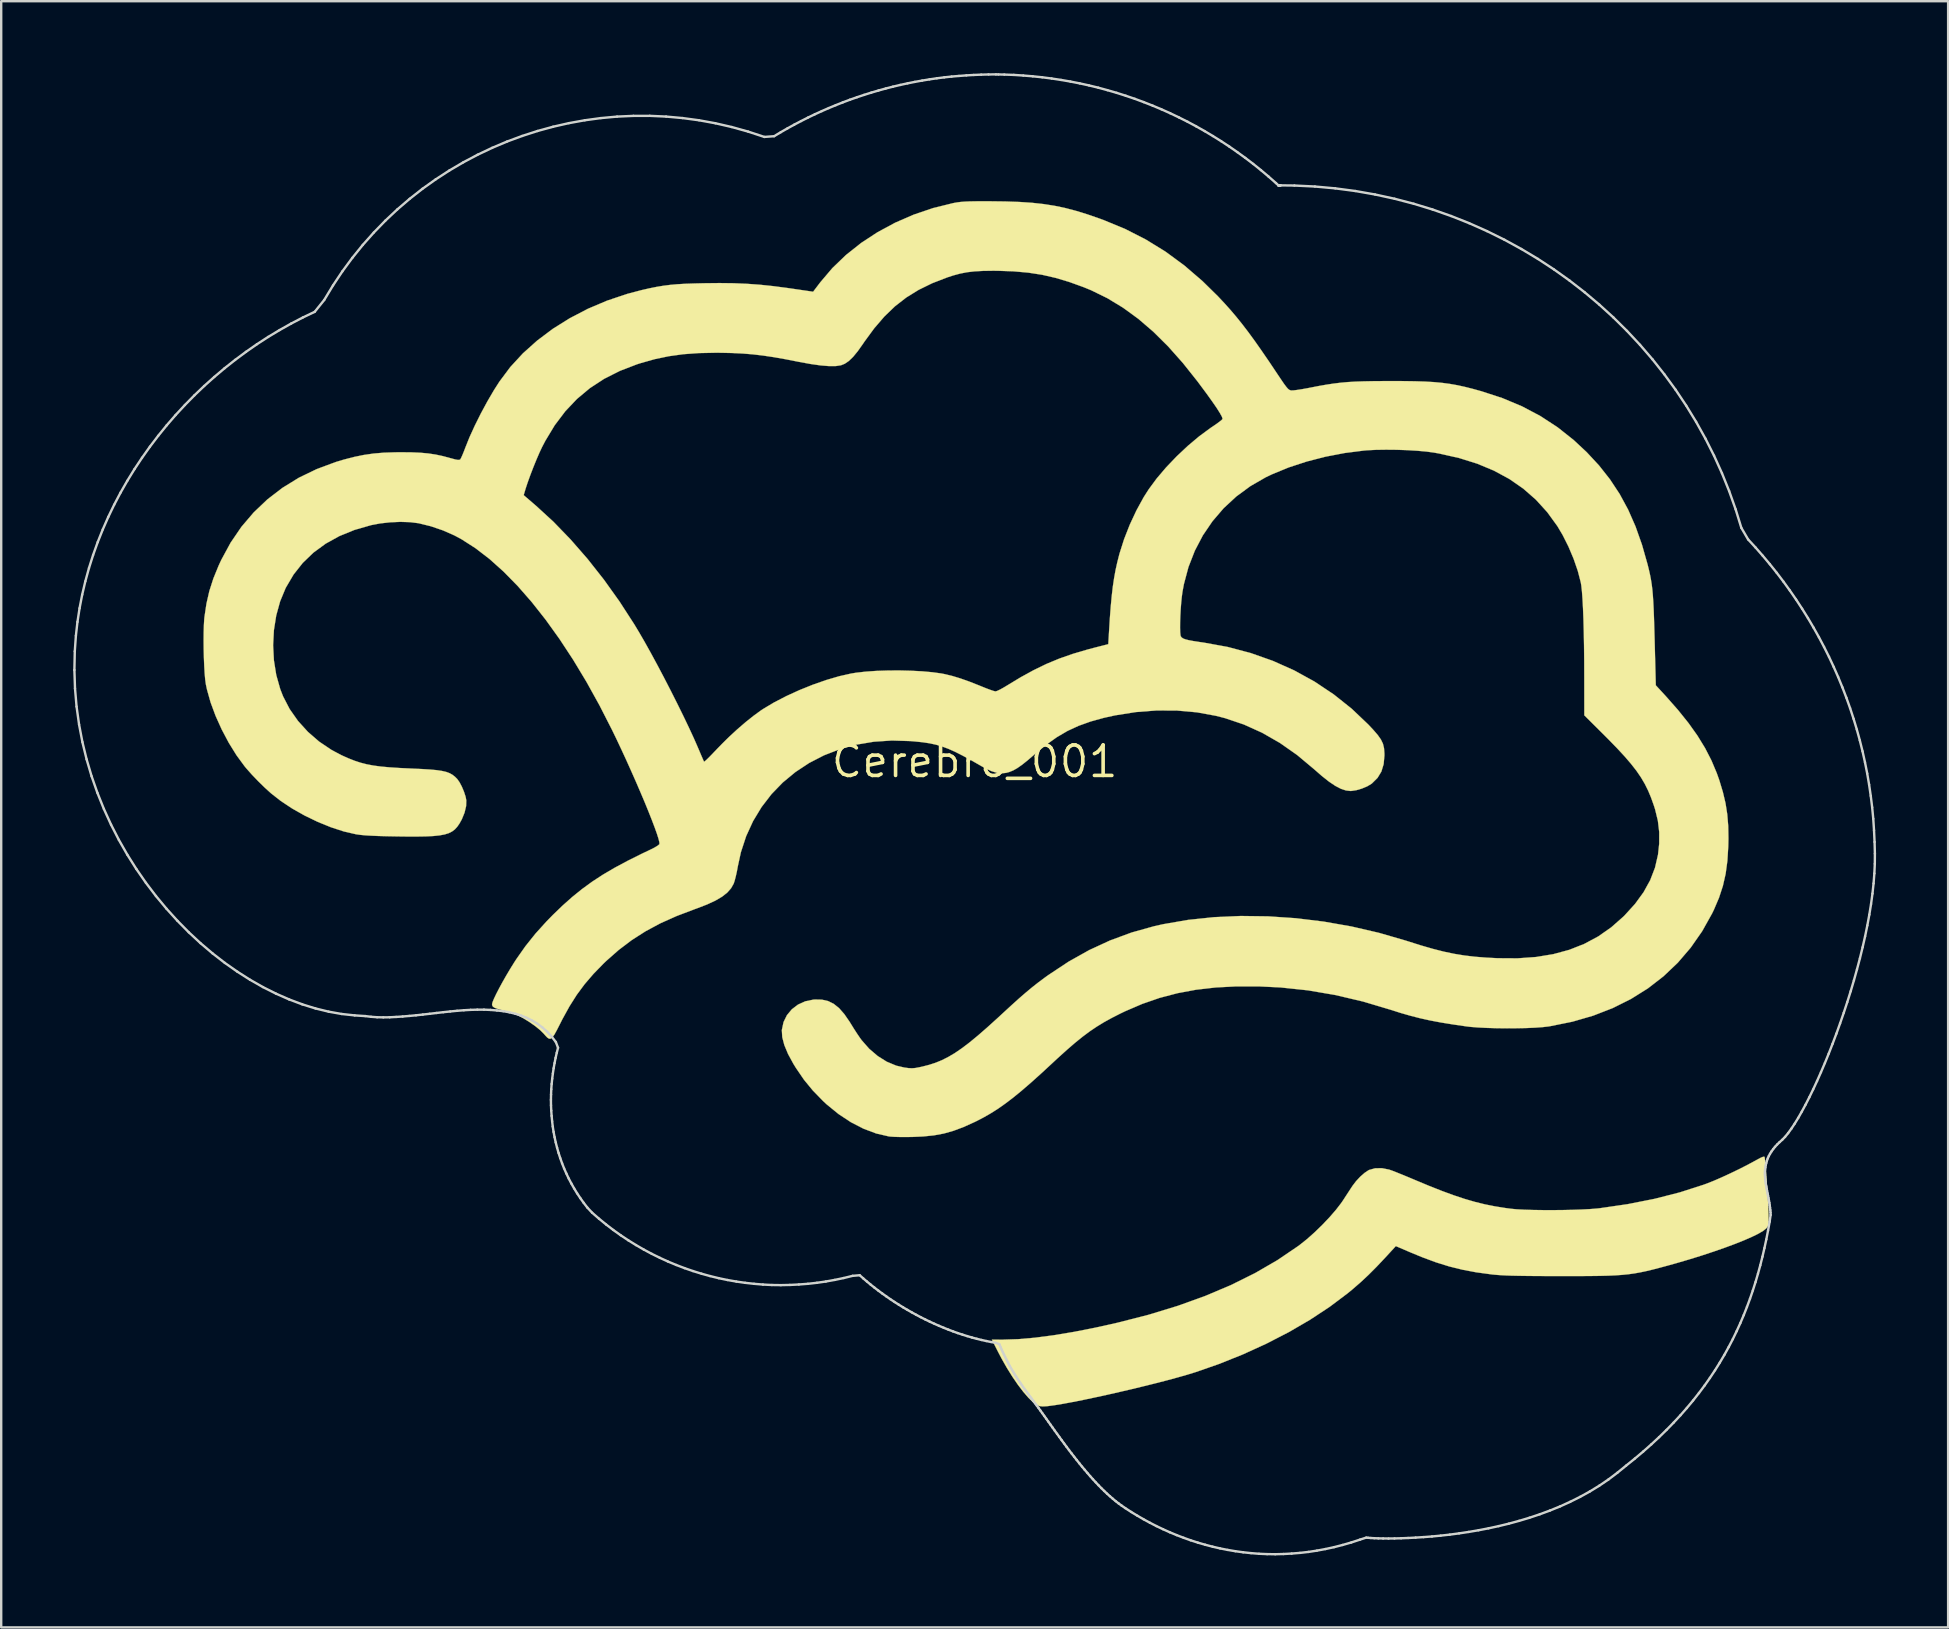
<source format=kicad_pcb>
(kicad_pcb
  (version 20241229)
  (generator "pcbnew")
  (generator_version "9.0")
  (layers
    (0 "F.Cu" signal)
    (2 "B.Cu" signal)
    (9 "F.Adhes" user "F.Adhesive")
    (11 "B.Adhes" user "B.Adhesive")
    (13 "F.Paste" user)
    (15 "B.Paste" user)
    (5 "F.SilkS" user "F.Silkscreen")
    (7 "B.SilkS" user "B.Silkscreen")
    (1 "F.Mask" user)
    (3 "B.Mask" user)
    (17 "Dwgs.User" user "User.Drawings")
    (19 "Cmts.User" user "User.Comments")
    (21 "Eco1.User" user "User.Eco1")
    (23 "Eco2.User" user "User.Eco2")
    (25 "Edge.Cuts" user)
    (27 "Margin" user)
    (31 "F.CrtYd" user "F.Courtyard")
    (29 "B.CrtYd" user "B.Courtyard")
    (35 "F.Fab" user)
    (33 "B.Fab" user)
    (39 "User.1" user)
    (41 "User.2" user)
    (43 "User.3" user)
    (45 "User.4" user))
  (footprint "Cerebro_001"
    (layer "F.Cu")
    (at 37.559 28.678)
    (property "Reference" "Cerebro_001" (at 0 0 0) (layer "F.SilkS") (effects (font (size 1.27 1.27) (thickness 0.15))))
    (attr through_hole)
    (fp_poly (pts (xy 32.908 16.47) (xy 32.912 16.476) (xy 32.922 16.543) (xy 32.936 16.681) (xy 32.953 16.876) (xy 32.972 17.115) (xy 32.992 17.383) (xy 33.011 17.668) (xy 33.03 17.956) (xy 33.046 18.234) (xy 33.06 18.487) (xy 33.07 18.701) (xy 33.075 18.864) (xy 33.075 18.866) (xy 33.078 19.074) (xy 33.075 19.215) (xy 33.063 19.309) (xy 33.04 19.373) (xy 33.002 19.427) (xy 32.978 19.454) (xy 32.857 19.552) (xy 32.661 19.668) (xy 32.397 19.798) (xy 32.072 19.941) (xy 31.693 20.093) (xy 31.267 20.251) (xy 30.801 20.414) (xy 30.302 20.579) (xy 29.778 20.742) (xy 29.235 20.901) (xy 28.829 21.014) (xy 28.513 21.099) (xy 28.23 21.172) (xy 27.971 21.234) (xy 27.727 21.285) (xy 27.487 21.328) (xy 27.243 21.362) (xy 26.985 21.388) (xy 26.703 21.408) (xy 26.388 21.422) (xy 26.031 21.431) (xy 25.621 21.436) (xy 25.149 21.439) (xy 24.606 21.439) (xy 24.363 21.439) (xy 23.827 21.438) (xy 23.367 21.436) (xy 22.975 21.432) (xy 22.642 21.427) (xy 22.361 21.421) (xy 22.121 21.412) (xy 21.916 21.401) (xy 21.736 21.388) (xy 21.573 21.373) (xy 21.518 21.366) (xy 20.899 21.282) (xy 20.325 21.174) (xy 19.774 21.038) (xy 19.221 20.866) (xy 18.644 20.652) (xy 18.196 20.468) (xy 17.547 20.19) (xy 17.127 20.647) (xy 16.751 21.046) (xy 16.404 21.394) (xy 16.068 21.707) (xy 15.724 22.005) (xy 15.536 22.159) (xy 14.791 22.719) (xy 13.972 23.259) (xy 13.089 23.773) (xy 12.153 24.255) (xy 11.174 24.702) (xy 10.16 25.108) (xy 9.203 25.441) (xy 8.872 25.543) (xy 8.483 25.654) (xy 8.046 25.773) (xy 7.572 25.896) (xy 7.07 26.021) (xy 6.552 26.147) (xy 6.027 26.269) (xy 5.508 26.387) (xy 5.003 26.497) (xy 4.524 26.598) (xy 4.081 26.686) (xy 3.685 26.76) (xy 3.346 26.816) (xy 3.074 26.853) (xy 3.003 26.861) (xy 2.822 26.87) (xy 2.694 26.854) (xy 2.603 26.818) (xy 2.436 26.699) (xy 2.242 26.511) (xy 2.028 26.264) (xy 1.802 25.968) (xy 1.571 25.631) (xy 1.341 25.262) (xy 1.12 24.873) (xy 0.995 24.636) (xy 0.717 24.088) (xy 1.194 24.087) (xy 1.814 24.067) (xy 2.508 24.007) (xy 3.273 23.907) (xy 4.11 23.768) (xy 5.017 23.59) (xy 5.948 23.383) (xy 7.242 23.052) (xy 8.463 22.679) (xy 9.611 22.265) (xy 10.685 21.81) (xy 11.686 21.313) (xy 12.614 20.775) (xy 13.467 20.196) (xy 13.542 20.141) (xy 13.847 19.898) (xy 14.166 19.614) (xy 14.483 19.306) (xy 14.784 18.989) (xy 15.052 18.68) (xy 15.271 18.396) (xy 15.345 18.288) (xy 15.468 18.099) (xy 15.585 17.92) (xy 15.682 17.771) (xy 15.744 17.677) (xy 15.891 17.484) (xy 16.064 17.298) (xy 16.244 17.14) (xy 16.407 17.031) (xy 16.435 17.017) (xy 16.682 16.948) (xy 16.966 16.943) (xy 17.265 17.002) (xy 17.313 17.018) (xy 17.433 17.061) (xy 17.613 17.132) (xy 17.835 17.222) (xy 18.082 17.324) (xy 18.317 17.423) (xy 18.92 17.675) (xy 19.461 17.889) (xy 19.952 18.07) (xy 20.407 18.221) (xy 20.836 18.346) (xy 21.253 18.449) (xy 21.669 18.532) (xy 22.098 18.601) (xy 22.352 18.635) (xy 22.587 18.657) (xy 22.892 18.673) (xy 23.249 18.684) (xy 23.644 18.69) (xy 24.061 18.691) (xy 24.484 18.688) (xy 24.897 18.679) (xy 25.285 18.666) (xy 25.632 18.648) (xy 25.923 18.625) (xy 26.035 18.613) (xy 27.208 18.442) (xy 28.325 18.221) (xy 29.381 17.951) (xy 30.371 17.633) (xy 30.505 17.584) (xy 30.788 17.472) (xy 31.122 17.327) (xy 31.486 17.159) (xy 31.859 16.979) (xy 32.218 16.796) (xy 32.542 16.621) (xy 32.587 16.596) (xy 32.754 16.507) (xy 32.859 16.465) (xy 32.908 16.47)) (stroke (width 0.01) (type solid)) (fill yes) (layer "F.SilkS"))
    (fp_poly (pts (xy 0.635 -23.342) (xy 1.283 -23.334) (xy 1.862 -23.314) (xy 2.386 -23.279) (xy 2.871 -23.226) (xy 3.33 -23.154) (xy 3.778 -23.06) (xy 4.23 -22.941) (xy 4.702 -22.795) (xy 5.207 -22.62) (xy 5.376 -22.558) (xy 6.277 -22.185) (xy 7.132 -21.748) (xy 7.949 -21.245) (xy 8.733 -20.669) (xy 9.49 -20.018) (xy 10.139 -19.38) (xy 10.404 -19.097) (xy 10.656 -18.816) (xy 10.901 -18.528) (xy 11.146 -18.223) (xy 11.399 -17.893) (xy 11.666 -17.527) (xy 11.955 -17.116) (xy 12.274 -16.651) (xy 12.623 -16.129) (xy 12.779 -15.897) (xy 12.896 -15.726) (xy 12.985 -15.608) (xy 13.052 -15.531) (xy 13.106 -15.487) (xy 13.156 -15.466) (xy 13.197 -15.46) (xy 13.286 -15.463) (xy 13.439 -15.482) (xy 13.638 -15.513) (xy 13.866 -15.554) (xy 13.98 -15.576) (xy 14.334 -15.645) (xy 14.653 -15.701) (xy 14.951 -15.746) (xy 15.243 -15.782) (xy 15.543 -15.809) (xy 15.865 -15.828) (xy 16.223 -15.84) (xy 16.631 -15.848) (xy 17.105 -15.851) (xy 17.314 -15.852) (xy 17.865 -15.85) (xy 18.344 -15.843) (xy 18.765 -15.83) (xy 19.139 -15.808) (xy 19.479 -15.776) (xy 19.8 -15.733) (xy 20.112 -15.678) (xy 20.43 -15.608) (xy 20.766 -15.523) (xy 21.119 -15.425) (xy 21.993 -15.139) (xy 22.808 -14.797) (xy 23.568 -14.395) (xy 24.282 -13.929) (xy 24.954 -13.397) (xy 25.498 -12.89) (xy 26.015 -12.333) (xy 26.471 -11.754) (xy 26.873 -11.145) (xy 27.226 -10.494) (xy 27.534 -9.794) (xy 27.803 -9.033) (xy 28.039 -8.202) (xy 28.045 -8.176) (xy 28.097 -7.964) (xy 28.141 -7.766) (xy 28.178 -7.573) (xy 28.209 -7.376) (xy 28.235 -7.163) (xy 28.256 -6.926) (xy 28.274 -6.653) (xy 28.29 -6.334) (xy 28.304 -5.96) (xy 28.317 -5.52) (xy 28.33 -5.07) (xy 28.379 -3.176) (xy 28.798 -2.721) (xy 29.304 -2.147) (xy 29.741 -1.603) (xy 30.115 -1.077) (xy 30.432 -0.56) (xy 30.698 -0.043) (xy 30.92 0.485) (xy 31.026 0.783) (xy 31.174 1.274) (xy 31.284 1.738) (xy 31.356 2.199) (xy 31.396 2.682) (xy 31.405 3.208) (xy 31.398 3.533) (xy 31.362 4.134) (xy 31.289 4.677) (xy 31.174 5.183) (xy 31.013 5.675) (xy 30.801 6.172) (xy 30.725 6.329) (xy 30.31 7.071) (xy 29.833 7.755) (xy 29.297 8.381) (xy 28.702 8.946) (xy 28.051 9.451) (xy 27.344 9.893) (xy 26.583 10.273) (xy 25.769 10.589) (xy 24.903 10.84) (xy 23.988 11.025) (xy 23.918 11.037) (xy 23.668 11.066) (xy 23.35 11.089) (xy 22.982 11.105) (xy 22.579 11.113) (xy 22.161 11.116) (xy 21.742 11.111) (xy 21.34 11.099) (xy 20.973 11.081) (xy 20.656 11.056) (xy 20.489 11.036) (xy 19.924 10.954) (xy 19.425 10.873) (xy 18.974 10.788) (xy 18.555 10.695) (xy 18.15 10.591) (xy 17.739 10.473) (xy 17.351 10.349) (xy 16.18 10) (xy 15.028 9.729) (xy 13.887 9.534) (xy 12.745 9.413) (xy 11.832 9.369) (xy 10.905 9.369) (xy 10.04 9.414) (xy 9.225 9.508) (xy 8.452 9.652) (xy 7.709 9.847) (xy 6.986 10.097) (xy 6.271 10.404) (xy 6.075 10.498) (xy 5.721 10.678) (xy 5.397 10.856) (xy 5.094 11.041) (xy 4.798 11.24) (xy 4.498 11.464) (xy 4.183 11.719) (xy 3.84 12.015) (xy 3.458 12.36) (xy 3.224 12.578) (xy 2.755 13.011) (xy 2.335 13.388) (xy 1.956 13.715) (xy 1.609 13.999) (xy 1.286 14.245) (xy 0.98 14.461) (xy 0.681 14.651) (xy 0.382 14.823) (xy 0.074 14.983) (xy -0.013 15.025) (xy -0.465 15.229) (xy -0.881 15.385) (xy -1.283 15.499) (xy -1.698 15.576) (xy -2.148 15.622) (xy -2.603 15.642) (xy -2.864 15.645) (xy -3.116 15.644) (xy -3.337 15.638) (xy -3.508 15.627) (xy -3.577 15.619) (xy -4.101 15.498) (xy -4.632 15.298) (xy -5.16 15.026) (xy -5.676 14.685) (xy -6.17 14.282) (xy -6.319 14.143) (xy -6.742 13.708) (xy -7.109 13.261) (xy -7.445 12.77) (xy -7.552 12.597) (xy -7.775 12.187) (xy -7.93 11.816) (xy -8.017 11.485) (xy -8.034 11.197) (xy -8.032 11.177) (xy -7.963 10.856) (xy -7.822 10.569) (xy -7.618 10.324) (xy -7.361 10.128) (xy -7.058 9.991) (xy -6.72 9.921) (xy -6.652 9.916) (xy -6.365 9.922) (xy -6.108 9.98) (xy -5.873 10.096) (xy -5.65 10.274) (xy -5.432 10.523) (xy -5.209 10.846) (xy -5.146 10.949) (xy -5.023 11.147) (xy -4.894 11.346) (xy -4.776 11.519) (xy -4.714 11.605) (xy -4.397 11.966) (xy -4.043 12.269) (xy -3.664 12.507) (xy -3.268 12.672) (xy -2.929 12.751) (xy -2.753 12.774) (xy -2.613 12.781) (xy -2.476 12.77) (xy -2.309 12.739) (xy -2.185 12.712) (xy -1.9 12.639) (xy -1.628 12.551) (xy -1.363 12.442) (xy -1.096 12.307) (xy -0.82 12.143) (xy -0.528 11.943) (xy -0.212 11.703) (xy 0.135 11.417) (xy 0.52 11.082) (xy 0.952 10.691) (xy 1.185 10.476) (xy 1.547 10.143) (xy 1.861 9.86) (xy 2.143 9.616) (xy 2.403 9.4) (xy 2.656 9.201) (xy 2.915 9.008) (xy 3.069 8.897) (xy 3.917 8.336) (xy 4.772 7.857) (xy 5.645 7.454) (xy 6.544 7.123) (xy 7.478 6.862) (xy 7.853 6.778) (xy 8.89 6.599) (xy 9.972 6.485) (xy 11.087 6.436) (xy 12.227 6.451) (xy 13.382 6.529) (xy 14.543 6.67) (xy 15.7 6.873) (xy 16.844 7.138) (xy 17.965 7.463) (xy 18.034 7.485) (xy 18.591 7.661) (xy 19.089 7.805) (xy 19.545 7.921) (xy 19.979 8.012) (xy 20.407 8.082) (xy 20.848 8.134) (xy 21.32 8.171) (xy 21.789 8.195) (xy 22.617 8.2) (xy 23.388 8.145) (xy 24.105 8.027) (xy 24.774 7.846) (xy 25.397 7.6) (xy 25.978 7.289) (xy 26.519 6.911) (xy 27.026 6.464) (xy 27.075 6.416) (xy 27.513 5.934) (xy 27.869 5.445) (xy 28.146 4.943) (xy 28.346 4.423) (xy 28.471 3.881) (xy 28.52 3.426) (xy 28.521 2.937) (xy 28.465 2.467) (xy 28.348 1.987) (xy 28.299 1.835) (xy 28.185 1.514) (xy 28.062 1.218) (xy 27.923 0.937) (xy 27.762 0.663) (xy 27.572 0.385) (xy 27.346 0.096) (xy 27.079 -0.215) (xy 26.763 -0.556) (xy 26.392 -0.937) (xy 26.166 -1.163) (xy 25.4 -1.925) (xy 25.398 -3.492) (xy 25.396 -4.176) (xy 25.389 -4.812) (xy 25.378 -5.394) (xy 25.364 -5.918) (xy 25.346 -6.379) (xy 25.325 -6.772) (xy 25.301 -7.094) (xy 25.274 -7.338) (xy 25.253 -7.463) (xy 25.129 -7.94) (xy 24.954 -8.447) (xy 24.74 -8.954) (xy 24.498 -9.436) (xy 24.276 -9.811) (xy 23.855 -10.39) (xy 23.383 -10.909) (xy 22.858 -11.369) (xy 22.278 -11.771) (xy 21.64 -12.117) (xy 20.942 -12.408) (xy 20.181 -12.646) (xy 19.354 -12.832) (xy 19.135 -12.871) (xy 18.819 -12.914) (xy 18.44 -12.948) (xy 18.021 -12.973) (xy 17.581 -12.988) (xy 17.143 -12.992) (xy 16.727 -12.986) (xy 16.357 -12.968) (xy 16.229 -12.957) (xy 15.419 -12.854) (xy 14.614 -12.7) (xy 13.831 -12.498) (xy 13.086 -12.254) (xy 12.397 -11.971) (xy 12.126 -11.842) (xy 11.487 -11.474) (xy 10.902 -11.044) (xy 10.375 -10.556) (xy 9.909 -10.013) (xy 9.506 -9.42) (xy 9.172 -8.782) (xy 8.907 -8.102) (xy 8.716 -7.386) (xy 8.658 -7.07) (xy 8.629 -6.857) (xy 8.604 -6.609) (xy 8.584 -6.343) (xy 8.569 -6.073) (xy 8.56 -5.816) (xy 8.558 -5.585) (xy 8.562 -5.397) (xy 8.574 -5.267) (xy 8.587 -5.219) (xy 8.624 -5.17) (xy 8.682 -5.128) (xy 8.774 -5.092) (xy 8.91 -5.057) (xy 9.101 -5.021) (xy 9.359 -4.981) (xy 9.546 -4.954) (xy 10.539 -4.774) (xy 11.501 -4.519) (xy 12.428 -4.192) (xy 13.316 -3.795) (xy 14.162 -3.329) (xy 14.96 -2.796) (xy 15.708 -2.2) (xy 16.401 -1.541) (xy 16.608 -1.32) (xy 16.795 -1.103) (xy 16.926 -0.917) (xy 17.01 -0.743) (xy 17.055 -0.558) (xy 17.071 -0.341) (xy 17.072 -0.254) (xy 17.04 0.108) (xy 16.946 0.417) (xy 16.786 0.681) (xy 16.557 0.908) (xy 16.525 0.933) (xy 16.354 1.035) (xy 16.136 1.126) (xy 15.906 1.194) (xy 15.699 1.226) (xy 15.659 1.228) (xy 15.466 1.205) (xy 15.256 1.135) (xy 15.024 1.014) (xy 14.761 0.837) (xy 14.461 0.599) (xy 14.139 0.318) (xy 13.438 -0.269) (xy 12.718 -0.774) (xy 11.978 -1.198) (xy 11.217 -1.542) (xy 10.432 -1.807) (xy 10.054 -1.904) (xy 9.261 -2.049) (xy 8.433 -2.123) (xy 7.581 -2.127) (xy 6.716 -2.06) (xy 5.849 -1.923) (xy 5.386 -1.821) (xy 4.83 -1.667) (xy 4.33 -1.488) (xy 3.867 -1.274) (xy 3.424 -1.014) (xy 2.982 -0.7) (xy 2.521 -0.32) (xy 2.479 -0.284) (xy 2.202 -0.046) (xy 1.971 0.138) (xy 1.775 0.275) (xy 1.603 0.372) (xy 1.442 0.437) (xy 1.309 0.473) (xy 1.114 0.493) (xy 0.912 0.469) (xy 0.688 0.397) (xy 0.426 0.272) (xy 0.275 0.188) (xy -0.141 -0.05) (xy -0.5 -0.245) (xy -0.814 -0.404) (xy -1.097 -0.53) (xy -1.362 -0.628) (xy -1.623 -0.704) (xy -1.891 -0.761) (xy -2.181 -0.804) (xy -2.506 -0.837) (xy -2.671 -0.851) (xy -3.448 -0.875) (xy -4.202 -0.825) (xy -4.927 -0.703) (xy -5.621 -0.513) (xy -6.278 -0.258) (xy -6.895 0.06) (xy -7.468 0.438) (xy -7.992 0.871) (xy -8.464 1.358) (xy -8.878 1.896) (xy -9.232 2.481) (xy -9.521 3.11) (xy -9.741 3.782) (xy -9.868 4.366) (xy -9.909 4.589) (xy -9.957 4.801) (xy -10.004 4.978) (xy -10.041 5.089) (xy -10.151 5.283) (xy -10.309 5.462) (xy -10.524 5.631) (xy -10.801 5.794) (xy -11.148 5.955) (xy -11.571 6.118) (xy -11.663 6.151) (xy -12.412 6.435) (xy -13.09 6.738) (xy -13.709 7.07) (xy -14.284 7.437) (xy -14.826 7.847) (xy -15.349 8.308) (xy -15.467 8.421) (xy -15.885 8.851) (xy -16.251 9.277) (xy -16.579 9.72) (xy -16.883 10.201) (xy -17.179 10.738) (xy -17.277 10.933) (xy -17.407 11.188) (xy -17.508 11.373) (xy -17.591 11.491) (xy -17.663 11.548) (xy -17.732 11.549) (xy -17.808 11.5) (xy -17.898 11.405) (xy -17.949 11.345) (xy -18.099 11.195) (xy -18.305 11.027) (xy -18.544 10.858) (xy -18.795 10.703) (xy -19.035 10.577) (xy -19.074 10.559) (xy -19.244 10.493) (xy -19.453 10.423) (xy -19.656 10.366) (xy -19.663 10.364) (xy -19.864 10.31) (xy -19.995 10.263) (xy -20.071 10.215) (xy -20.103 10.158) (xy -20.108 10.111) (xy -20.087 10.024) (xy -20.026 9.877) (xy -19.933 9.682) (xy -19.813 9.449) (xy -19.673 9.192) (xy -19.519 8.921) (xy -19.357 8.648) (xy -19.194 8.385) (xy -19.096 8.234) (xy -18.715 7.692) (xy -18.302 7.175) (xy -17.837 6.661) (xy -17.572 6.39) (xy -17.165 5.998) (xy -16.765 5.642) (xy -16.36 5.315) (xy -15.939 5.008) (xy -15.49 4.715) (xy -15 4.427) (xy -14.459 4.137) (xy -13.855 3.836) (xy -13.491 3.663) (xy -13.338 3.585) (xy -13.215 3.511) (xy -13.144 3.453) (xy -13.134 3.439) (xy -13.137 3.362) (xy -13.173 3.217) (xy -13.239 3.008) (xy -13.333 2.745) (xy -13.451 2.434) (xy -13.591 2.081) (xy -13.749 1.694) (xy -13.924 1.281) (xy -14.111 0.847) (xy -14.308 0.401) (xy -14.511 -0.051) (xy -14.719 -0.501) (xy -14.927 -0.943) (xy -15.106 -1.312) (xy -15.632 -2.342) (xy -16.174 -3.32) (xy -16.73 -4.242) (xy -17.297 -5.105) (xy -17.873 -5.907) (xy -18.455 -6.645) (xy -19.041 -7.315) (xy -19.629 -7.914) (xy -20.216 -8.44) (xy -20.8 -8.889) (xy -21.377 -9.259) (xy -21.673 -9.418) (xy -22.148 -9.628) (xy -22.658 -9.802) (xy -23.161 -9.926) (xy -23.184 -9.93) (xy -23.531 -9.973) (xy -23.929 -9.985) (xy -24.352 -9.967) (xy -24.771 -9.92) (xy -25.146 -9.849) (xy -25.838 -9.65) (xy -26.469 -9.393) (xy -27.039 -9.078) (xy -27.547 -8.706) (xy -27.993 -8.277) (xy -28.376 -7.793) (xy -28.695 -7.252) (xy -28.712 -7.218) (xy -28.938 -6.673) (xy -29.1 -6.086) (xy -29.197 -5.472) (xy -29.23 -4.844) (xy -29.197 -4.217) (xy -29.099 -3.604) (xy -28.934 -3.02) (xy -28.815 -2.715) (xy -28.541 -2.186) (xy -28.193 -1.69) (xy -27.78 -1.235) (xy -27.31 -0.828) (xy -26.79 -0.479) (xy -26.369 -0.257) (xy -26.097 -0.135) (xy -25.841 -0.034) (xy -25.589 0.049) (xy -25.328 0.116) (xy -25.045 0.169) (xy -24.728 0.211) (xy -24.364 0.244) (xy -23.94 0.271) (xy -23.453 0.294) (xy -23.037 0.313) (xy -22.696 0.334) (xy -22.419 0.359) (xy -22.197 0.392) (xy -22.019 0.433) (xy -21.876 0.486) (xy -21.756 0.553) (xy -21.651 0.636) (xy -21.561 0.726) (xy -21.465 0.86) (xy -21.366 1.048) (xy -21.277 1.26) (xy -21.21 1.465) (xy -21.181 1.617) (xy -21.189 1.858) (xy -21.254 2.131) (xy -21.368 2.41) (xy -21.473 2.597) (xy -21.562 2.723) (xy -21.66 2.829) (xy -21.774 2.915) (xy -21.912 2.985) (xy -22.082 3.038) (xy -22.292 3.077) (xy -22.55 3.104) (xy -22.864 3.12) (xy -23.241 3.126) (xy -23.69 3.125) (xy -24.024 3.121) (xy -24.471 3.113) (xy -24.842 3.103) (xy -25.147 3.09) (xy -25.396 3.075) (xy -25.597 3.056) (xy -25.761 3.033) (xy -25.78 3.03) (xy -26.284 2.914) (xy -26.82 2.739) (xy -27.371 2.515) (xy -27.917 2.251) (xy -28.439 1.956) (xy -28.918 1.638) (xy -29.318 1.324) (xy -29.578 1.088) (xy -29.851 0.821) (xy -30.113 0.548) (xy -30.34 0.292) (xy -30.413 0.205) (xy -30.755 -0.261) (xy -31.077 -0.78) (xy -31.37 -1.333) (xy -31.626 -1.9) (xy -31.835 -2.464) (xy -31.987 -3.005) (xy -32.032 -3.217) (xy -32.059 -3.411) (xy -32.082 -3.671) (xy -32.1 -3.982) (xy -32.114 -4.326) (xy -32.123 -4.686) (xy -32.126 -5.044) (xy -32.123 -5.383) (xy -32.114 -5.687) (xy -32.099 -5.938) (xy -32.091 -6.019) (xy -32.007 -6.579) (xy -31.886 -7.106) (xy -31.719 -7.626) (xy -31.499 -8.164) (xy -31.388 -8.403) (xy -31.001 -9.117) (xy -30.552 -9.776) (xy -30.04 -10.377) (xy -29.469 -10.92) (xy -29.238 -11.098) (xy -18.79 -11.098) (xy -18.271 -10.651) (xy -17.547 -9.987) (xy -16.831 -9.246) (xy -16.128 -8.44) (xy -15.447 -7.576) (xy -14.796 -6.665) (xy -14.181 -5.714) (xy -13.99 -5.397) (xy -13.755 -4.992) (xy -13.498 -4.531) (xy -13.226 -4.029) (xy -12.947 -3.501) (xy -12.668 -2.96) (xy -12.397 -2.422) (xy -12.139 -1.899) (xy -11.904 -1.408) (xy -11.697 -0.961) (xy -11.536 -0.593) (xy -11.449 -0.389) (xy -11.374 -0.213) (xy -11.316 -0.08) (xy -11.282 -0.004) (xy -11.277 0.007) (xy -11.243 -0.011) (xy -11.164 -0.081) (xy -11.051 -0.192) (xy -10.914 -0.333) (xy -10.896 -0.353) (xy -10.718 -0.539) (xy -10.525 -0.737) (xy -10.342 -0.919) (xy -10.229 -1.029) (xy -9.888 -1.344) (xy -9.543 -1.641) (xy -9.212 -1.905) (xy -8.912 -2.124) (xy -8.812 -2.19) (xy -8.352 -2.465) (xy -7.841 -2.729) (xy -7.297 -2.977) (xy -6.738 -3.202) (xy -6.182 -3.396) (xy -5.646 -3.553) (xy -5.149 -3.665) (xy -4.942 -3.699) (xy -4.546 -3.744) (xy -4.102 -3.775) (xy -3.626 -3.791) (xy -3.137 -3.794) (xy -2.652 -3.782) (xy -2.188 -3.758) (xy -1.765 -3.72) (xy -1.399 -3.67) (xy -1.253 -3.642) (xy -0.938 -3.566) (xy -0.601 -3.464) (xy -0.225 -3.331) (xy 0.204 -3.162) (xy 0.318 -3.115) (xy 0.508 -3.039) (xy 0.677 -2.977) (xy 0.804 -2.935) (xy 0.87 -2.921) (xy 0.941 -2.943) (xy 1.063 -3.001) (xy 1.217 -3.087) (xy 1.328 -3.154) (xy 1.915 -3.509) (xy 2.465 -3.811) (xy 2.998 -4.069) (xy 3.534 -4.291) (xy 4.095 -4.487) (xy 4.7 -4.665) (xy 4.968 -4.736) (xy 5.567 -4.889) (xy 5.597 -5.397) (xy 5.632 -5.966) (xy 5.67 -6.462) (xy 5.711 -6.899) (xy 5.756 -7.287) (xy 5.809 -7.641) (xy 5.869 -7.972) (xy 5.94 -8.293) (xy 6.022 -8.615) (xy 6.034 -8.661) (xy 6.223 -9.257) (xy 6.461 -9.864) (xy 6.738 -10.458) (xy 7.041 -11.011) (xy 7.25 -11.339) (xy 7.583 -11.791) (xy 7.978 -12.256) (xy 8.418 -12.716) (xy 8.885 -13.155) (xy 9.362 -13.556) (xy 9.833 -13.902) (xy 9.91 -13.953) (xy 10.074 -14.065) (xy 10.207 -14.163) (xy 10.297 -14.237) (xy 10.329 -14.276) (xy 10.302 -14.364) (xy 10.22 -14.515) (xy 10.085 -14.729) (xy 9.896 -15.003) (xy 9.656 -15.338) (xy 9.363 -15.732) (xy 9.288 -15.833) (xy 8.675 -16.604) (xy 8.062 -17.294) (xy 7.445 -17.906) (xy 6.82 -18.443) (xy 6.183 -18.907) (xy 5.531 -19.303) (xy 4.86 -19.632) (xy 4.544 -19.762) (xy 3.942 -19.98) (xy 3.37 -20.151) (xy 2.807 -20.28) (xy 2.231 -20.369) (xy 1.623 -20.423) (xy 0.961 -20.446) (xy 0.757 -20.447) (xy 0.345 -20.441) (xy -0.005 -20.422) (xy -0.314 -20.386) (xy -0.604 -20.33) (xy -0.897 -20.251) (xy -1.147 -20.169) (xy -1.772 -19.927) (xy -2.335 -19.651) (xy -2.848 -19.334) (xy -3.32 -18.967) (xy -3.762 -18.542) (xy -4.185 -18.05) (xy -4.6 -17.484) (xy -4.653 -17.404) (xy -4.871 -17.096) (xy -5.065 -16.86) (xy -5.243 -16.688) (xy -5.414 -16.572) (xy -5.568 -16.51) (xy -5.78 -16.477) (xy -6.067 -16.475) (xy -6.423 -16.504) (xy -6.845 -16.564) (xy -7.324 -16.652) (xy -7.879 -16.761) (xy -8.372 -16.848) (xy -8.823 -16.915) (xy -9.25 -16.965) (xy -9.673 -16.999) (xy -10.111 -17.02) (xy -10.583 -17.03) (xy -10.795 -17.031) (xy -11.499 -17.017) (xy -12.143 -16.97) (xy -12.747 -16.886) (xy -13.332 -16.764) (xy -13.916 -16.599) (xy -14.07 -16.55) (xy -14.785 -16.275) (xy -15.438 -15.945) (xy -16.032 -15.557) (xy -16.57 -15.107) (xy -17.057 -14.593) (xy -17.496 -14.012) (xy -17.889 -13.361) (xy -18.024 -13.102) (xy -18.134 -12.868) (xy -18.259 -12.578) (xy -18.389 -12.258) (xy -18.514 -11.933) (xy -18.624 -11.629) (xy -18.71 -11.369) (xy -18.725 -11.317) (xy -18.79 -11.098) (xy -29.238 -11.098) (xy -28.84 -11.403) (xy -28.155 -11.825) (xy -27.414 -12.183) (xy -26.621 -12.478) (xy -26.299 -12.575) (xy -25.864 -12.688) (xy -25.455 -12.772) (xy -25.049 -12.831) (xy -24.62 -12.867) (xy -24.145 -12.883) (xy -23.897 -12.885) (xy -23.463 -12.881) (xy -23.092 -12.865) (xy -22.764 -12.835) (xy -22.459 -12.789) (xy -22.155 -12.724) (xy -21.833 -12.637) (xy -21.823 -12.635) (xy -21.643 -12.586) (xy -21.527 -12.565) (xy -21.459 -12.571) (xy -21.434 -12.586) (xy -21.399 -12.645) (xy -21.345 -12.765) (xy -21.279 -12.926) (xy -21.228 -13.06) (xy -21.05 -13.505) (xy -20.828 -13.992) (xy -20.576 -14.498) (xy -20.305 -15) (xy -20.027 -15.475) (xy -19.798 -15.833) (xy -19.346 -16.437) (xy -18.821 -17.007) (xy -18.228 -17.538) (xy -17.576 -18.028) (xy -16.869 -18.47) (xy -16.114 -18.863) (xy -15.317 -19.201) (xy -14.483 -19.481) (xy -13.885 -19.639) (xy -13.554 -19.715) (xy -13.256 -19.775) (xy -12.974 -19.822) (xy -12.691 -19.858) (xy -12.389 -19.885) (xy -12.051 -19.905) (xy -11.66 -19.918) (xy -11.282 -19.927) (xy -10.635 -19.934) (xy -10.048 -19.927) (xy -9.495 -19.904) (xy -8.953 -19.865) (xy -8.396 -19.807) (xy -7.8 -19.729) (xy -7.673 -19.711) (xy -6.731 -19.573) (xy -6.429 -19.97) (xy -5.929 -20.559) (xy -5.361 -21.105) (xy -4.731 -21.605) (xy -4.046 -22.054) (xy -3.313 -22.449) (xy -2.54 -22.785) (xy -1.732 -23.059) (xy -0.898 -23.265) (xy -0.868 -23.271) (xy -0.731 -23.295) (xy -0.586 -23.314) (xy -0.421 -23.327) (xy -0.223 -23.336) (xy 0.023 -23.341) (xy 0.33 -23.343) (xy 0.635 -23.342)) (stroke (width 0.01) (type solid)) (fill yes) (layer "F.SilkS"))
    (fp_line (start -37.509 -3.814) (end -37.484 -3.046) (stroke (width 0.1) (type solid)) (layer "Edge.Cuts"))
    (fp_line (start -37.493 -4.592) (end -37.509 -3.814) (stroke (width 0.1) (type solid)) (layer "Edge.Cuts"))
    (fp_line (start -37.484 -3.046) (end -37.419 -2.289) (stroke (width 0.1) (type solid)) (layer "Edge.Cuts"))
    (fp_line (start -37.447 -5.24) (end -37.493 -4.592) (stroke (width 0.1) (type solid)) (layer "Edge.Cuts"))
    (fp_line (start -37.419 -2.289) (end -37.315 -1.544) (stroke (width 0.1) (type solid)) (layer "Edge.Cuts"))
    (fp_line (start -37.382 -5.816) (end -37.447 -5.24) (stroke (width 0.1) (type solid)) (layer "Edge.Cuts"))
    (fp_line (start -37.315 -1.544) (end -37.176 -0.811) (stroke (width 0.1) (type solid)) (layer "Edge.Cuts"))
    (fp_line (start -37.294 -6.386) (end -37.382 -5.816) (stroke (width 0.1) (type solid)) (layer "Edge.Cuts"))
    (fp_line (start -37.185 -6.95) (end -37.294 -6.386) (stroke (width 0.1) (type solid)) (layer "Edge.Cuts"))
    (fp_line (start -37.176 -0.811) (end -37.001 -0.092) (stroke (width 0.1) (type solid)) (layer "Edge.Cuts"))
    (fp_line (start -37.054 -7.507) (end -37.185 -6.95) (stroke (width 0.1) (type solid)) (layer "Edge.Cuts"))
    (fp_line (start -37.001 -0.092) (end -36.793 0.613) (stroke (width 0.1) (type solid)) (layer "Edge.Cuts"))
    (fp_line (start -36.902 -8.059) (end -37.054 -7.507) (stroke (width 0.1) (type solid)) (layer "Edge.Cuts"))
    (fp_line (start -36.793 0.613) (end -36.552 1.302) (stroke (width 0.1) (type solid)) (layer "Edge.Cuts"))
    (fp_line (start -36.73 -8.603) (end -36.902 -8.059) (stroke (width 0.1) (type solid)) (layer "Edge.Cuts"))
    (fp_line (start -36.552 1.302) (end -36.282 1.974) (stroke (width 0.1) (type solid)) (layer "Edge.Cuts"))
    (fp_line (start -36.538 -9.14) (end -36.73 -8.603) (stroke (width 0.1) (type solid)) (layer "Edge.Cuts"))
    (fp_line (start -36.327 -9.668) (end -36.538 -9.14) (stroke (width 0.1) (type solid)) (layer "Edge.Cuts"))
    (fp_line (start -36.282 1.974) (end -35.983 2.629) (stroke (width 0.1) (type solid)) (layer "Edge.Cuts"))
    (fp_line (start -36.098 -10.189) (end -36.327 -9.668) (stroke (width 0.1) (type solid)) (layer "Edge.Cuts"))
    (fp_line (start -35.983 2.629) (end -35.657 3.265) (stroke (width 0.1) (type solid)) (layer "Edge.Cuts"))
    (fp_line (start -35.851 -10.701) (end -36.098 -10.189) (stroke (width 0.1) (type solid)) (layer "Edge.Cuts"))
    (fp_line (start -35.657 3.265) (end -35.305 3.882) (stroke (width 0.1) (type solid)) (layer "Edge.Cuts"))
    (fp_line (start -35.586 -11.204) (end -35.851 -10.701) (stroke (width 0.1) (type solid)) (layer "Edge.Cuts"))
    (fp_line (start -35.305 3.882) (end -34.929 4.478) (stroke (width 0.1) (type solid)) (layer "Edge.Cuts"))
    (fp_line (start -35.304 -11.697) (end -35.586 -11.204) (stroke (width 0.1) (type solid)) (layer "Edge.Cuts"))
    (fp_line (start -35.006 -12.181) (end -35.304 -11.697) (stroke (width 0.1) (type solid)) (layer "Edge.Cuts"))
    (fp_line (start -34.929 4.478) (end -34.53 5.053) (stroke (width 0.1) (type solid)) (layer "Edge.Cuts"))
    (fp_line (start -34.692 -12.654) (end -35.006 -12.181) (stroke (width 0.1) (type solid)) (layer "Edge.Cuts"))
    (fp_line (start -34.53 5.053) (end -34.111 5.605) (stroke (width 0.1) (type solid)) (layer "Edge.Cuts"))
    (fp_line (start -34.363 -13.117) (end -34.692 -12.654) (stroke (width 0.1) (type solid)) (layer "Edge.Cuts"))
    (fp_line (start -34.111 5.605) (end -33.672 6.133) (stroke (width 0.1) (type solid)) (layer "Edge.Cuts"))
    (fp_line (start -34.019 -13.569) (end -34.363 -13.117) (stroke (width 0.1) (type solid)) (layer "Edge.Cuts"))
    (fp_line (start -33.672 6.133) (end -33.215 6.637) (stroke (width 0.1) (type solid)) (layer "Edge.Cuts"))
    (fp_line (start -33.662 -14.009) (end -34.019 -13.569) (stroke (width 0.1) (type solid)) (layer "Edge.Cuts"))
    (fp_line (start -33.291 -14.437) (end -33.662 -14.009) (stroke (width 0.1) (type solid)) (layer "Edge.Cuts"))
    (fp_line (start -33.215 6.637) (end -32.743 7.116) (stroke (width 0.1) (type solid)) (layer "Edge.Cuts"))
    (fp_line (start -32.906 -14.853) (end -33.291 -14.437) (stroke (width 0.1) (type solid)) (layer "Edge.Cuts"))
    (fp_line (start -32.743 7.116) (end -32.255 7.569) (stroke (width 0.1) (type solid)) (layer "Edge.Cuts"))
    (fp_line (start -32.51 -15.256) (end -32.906 -14.853) (stroke (width 0.1) (type solid)) (layer "Edge.Cuts"))
    (fp_line (start -32.255 7.569) (end -31.755 7.993) (stroke (width 0.1) (type solid)) (layer "Edge.Cuts"))
    (fp_line (start -32.102 -15.646) (end -32.51 -15.256) (stroke (width 0.1) (type solid)) (layer "Edge.Cuts"))
    (fp_line (start -31.755 7.993) (end -31.243 8.39) (stroke (width 0.1) (type solid)) (layer "Edge.Cuts"))
    (fp_line (start -31.682 -16.022) (end -32.102 -15.646) (stroke (width 0.1) (type solid)) (layer "Edge.Cuts"))
    (fp_line (start -31.252 -16.385) (end -31.682 -16.022) (stroke (width 0.1) (type solid)) (layer "Edge.Cuts"))
    (fp_line (start -31.243 8.39) (end -30.72 8.757) (stroke (width 0.1) (type solid)) (layer "Edge.Cuts"))
    (fp_line (start -30.812 -16.733) (end -31.252 -16.385) (stroke (width 0.1) (type solid)) (layer "Edge.Cuts"))
    (fp_line (start -30.72 8.757) (end -30.19 9.094) (stroke (width 0.1) (type solid)) (layer "Edge.Cuts"))
    (fp_line (start -30.362 -17.067) (end -30.812 -16.733) (stroke (width 0.1) (type solid)) (layer "Edge.Cuts"))
    (fp_line (start -30.19 9.094) (end -29.653 9.399) (stroke (width 0.1) (type solid)) (layer "Edge.Cuts"))
    (fp_line (start -29.904 -17.386) (end -30.362 -17.067) (stroke (width 0.1) (type solid)) (layer "Edge.Cuts"))
    (fp_line (start -29.653 9.399) (end -29.11 9.672) (stroke (width 0.1) (type solid)) (layer "Edge.Cuts"))
    (fp_line (start -29.437 -17.689) (end -29.904 -17.386) (stroke (width 0.1) (type solid)) (layer "Edge.Cuts"))
    (fp_line (start -29.11 9.672) (end -28.564 9.912) (stroke (width 0.1) (type solid)) (layer "Edge.Cuts"))
    (fp_line (start -28.962 -17.975) (end -29.437 -17.689) (stroke (width 0.1) (type solid)) (layer "Edge.Cuts"))
    (fp_line (start -28.564 9.912) (end -28.015 10.118) (stroke (width 0.1) (type solid)) (layer "Edge.Cuts"))
    (fp_line (start -28.48 -18.246) (end -28.962 -17.975) (stroke (width 0.1) (type solid)) (layer "Edge.Cuts"))
    (fp_line (start -28.015 10.118) (end -27.466 10.288) (stroke (width 0.1) (type solid)) (layer "Edge.Cuts"))
    (fp_line (start -27.991 -18.5) (end -28.48 -18.246) (stroke (width 0.1) (type solid)) (layer "Edge.Cuts"))
    (fp_line (start -27.496 -18.737) (end -27.991 -18.5) (stroke (width 0.1) (type solid)) (layer "Edge.Cuts"))
    (fp_line (start -27.466 10.288) (end -26.918 10.422) (stroke (width 0.1) (type solid)) (layer "Edge.Cuts"))
    (fp_line (start -27.101 -19.229) (end -27.496 -18.737) (stroke (width 0.1) (type solid)) (layer "Edge.Cuts"))
    (fp_line (start -26.918 10.422) (end -26.372 10.519) (stroke (width 0.1) (type solid)) (layer "Edge.Cuts"))
    (fp_line (start -26.734 -19.837) (end -27.101 -19.229) (stroke (width 0.1) (type solid)) (layer "Edge.Cuts"))
    (fp_line (start -26.372 10.519) (end -25.831 10.578) (stroke (width 0.1) (type solid)) (layer "Edge.Cuts"))
    (fp_line (start -26.344 -20.422) (end -26.734 -19.837) (stroke (width 0.1) (type solid)) (layer "Edge.Cuts"))
    (fp_line (start -25.93 -20.984) (end -26.344 -20.422) (stroke (width 0.1) (type solid)) (layer "Edge.Cuts"))
    (fp_line (start -25.831 10.578) (end -25.394 10.606) (stroke (width 0.1) (type solid)) (layer "Edge.Cuts"))
    (fp_line (start -25.493 -21.524) (end -25.93 -20.984) (stroke (width 0.1) (type solid)) (layer "Edge.Cuts"))
    (fp_line (start -25.394 10.606) (end -25.149 10.636) (stroke (width 0.1) (type solid)) (layer "Edge.Cuts"))
    (fp_line (start -25.149 10.636) (end -24.897 10.654) (stroke (width 0.1) (type solid)) (layer "Edge.Cuts"))
    (fp_line (start -25.035 -22.039) (end -25.493 -21.524) (stroke (width 0.1) (type solid)) (layer "Edge.Cuts"))
    (fp_line (start -24.897 10.654) (end -24.639 10.66) (stroke (width 0.1) (type solid)) (layer "Edge.Cuts"))
    (fp_line (start -24.639 10.66) (end -24.375 10.656) (stroke (width 0.1) (type solid)) (layer "Edge.Cuts"))
    (fp_line (start -24.556 -22.532) (end -25.035 -22.039) (stroke (width 0.1) (type solid)) (layer "Edge.Cuts"))
    (fp_line (start -24.375 10.656) (end -24.106 10.642) (stroke (width 0.1) (type solid)) (layer "Edge.Cuts"))
    (fp_line (start -24.106 10.642) (end -23.833 10.624) (stroke (width 0.1) (type solid)) (layer "Edge.Cuts"))
    (fp_line (start -24.058 -23) (end -24.556 -22.532) (stroke (width 0.1) (type solid)) (layer "Edge.Cuts"))
    (fp_line (start -23.833 10.624) (end -23.556 10.6) (stroke (width 0.1) (type solid)) (layer "Edge.Cuts"))
    (fp_line (start -23.556 10.6) (end -23.276 10.574) (stroke (width 0.1) (type solid)) (layer "Edge.Cuts"))
    (fp_line (start -23.541 -23.443) (end -24.058 -23) (stroke (width 0.1) (type solid)) (layer "Edge.Cuts"))
    (fp_line (start -23.276 10.574) (end -22.993 10.543) (stroke (width 0.1) (type solid)) (layer "Edge.Cuts"))
    (fp_line (start -23.007 -23.862) (end -23.541 -23.443) (stroke (width 0.1) (type solid)) (layer "Edge.Cuts"))
    (fp_line (start -22.993 10.543) (end -22.709 10.511) (stroke (width 0.1) (type solid)) (layer "Edge.Cuts"))
    (fp_line (start -22.709 10.511) (end -22.423 10.477) (stroke (width 0.1) (type solid)) (layer "Edge.Cuts"))
    (fp_line (start -22.456 -24.255) (end -23.007 -23.862) (stroke (width 0.1) (type solid)) (layer "Edge.Cuts"))
    (fp_line (start -22.423 10.477) (end -22.137 10.444) (stroke (width 0.1) (type solid)) (layer "Edge.Cuts"))
    (fp_line (start -22.137 10.444) (end -21.851 10.414) (stroke (width 0.1) (type solid)) (layer "Edge.Cuts"))
    (fp_line (start -21.889 -24.623) (end -22.456 -24.255) (stroke (width 0.1) (type solid)) (layer "Edge.Cuts"))
    (fp_line (start -21.851 10.414) (end -21.566 10.386) (stroke (width 0.1) (type solid)) (layer "Edge.Cuts"))
    (fp_line (start -21.566 10.386) (end -21.282 10.363) (stroke (width 0.1) (type solid)) (layer "Edge.Cuts"))
    (fp_line (start -21.308 -24.964) (end -21.889 -24.623) (stroke (width 0.1) (type solid)) (layer "Edge.Cuts"))
    (fp_line (start -21.282 10.363) (end -21 10.347) (stroke (width 0.1) (type solid)) (layer "Edge.Cuts"))
    (fp_line (start -21 10.347) (end -20.721 10.339) (stroke (width 0.1) (type solid)) (layer "Edge.Cuts"))
    (fp_line (start -20.721 10.339) (end -20.445 10.338) (stroke (width 0.1) (type solid)) (layer "Edge.Cuts"))
    (fp_line (start -20.712 -25.28) (end -21.308 -24.964) (stroke (width 0.1) (type solid)) (layer "Edge.Cuts"))
    (fp_line (start -20.445 10.338) (end -20.173 10.35) (stroke (width 0.1) (type solid)) (layer "Edge.Cuts"))
    (fp_line (start -20.173 10.35) (end -19.905 10.372) (stroke (width 0.1) (type solid)) (layer "Edge.Cuts"))
    (fp_line (start -20.104 -25.568) (end -20.712 -25.28) (stroke (width 0.1) (type solid)) (layer "Edge.Cuts"))
    (fp_line (start -19.905 10.372) (end -19.643 10.402) (stroke (width 0.1) (type solid)) (layer "Edge.Cuts"))
    (fp_line (start -19.643 10.402) (end -19.387 10.448) (stroke (width 0.1) (type solid)) (layer "Edge.Cuts"))
    (fp_line (start -19.485 -25.83) (end -20.104 -25.568) (stroke (width 0.1) (type solid)) (layer "Edge.Cuts"))
    (fp_line (start -19.387 10.448) (end -19.137 10.509) (stroke (width 0.1) (type solid)) (layer "Edge.Cuts"))
    (fp_line (start -19.137 10.509) (end -18.894 10.586) (stroke (width 0.1) (type solid)) (layer "Edge.Cuts"))
    (fp_line (start -18.894 10.586) (end -18.659 10.681) (stroke (width 0.1) (type solid)) (layer "Edge.Cuts"))
    (fp_line (start -18.854 -26.063) (end -19.485 -25.83) (stroke (width 0.1) (type solid)) (layer "Edge.Cuts"))
    (fp_line (start -18.659 10.681) (end -18.433 10.795) (stroke (width 0.1) (type solid)) (layer "Edge.Cuts"))
    (fp_line (start -18.433 10.795) (end -18.215 10.928) (stroke (width 0.1) (type solid)) (layer "Edge.Cuts"))
    (fp_line (start -18.215 10.928) (end -18.007 11.083) (stroke (width 0.1) (type solid)) (layer "Edge.Cuts"))
    (fp_line (start -18.214 -26.27) (end -18.854 -26.063) (stroke (width 0.1) (type solid)) (layer "Edge.Cuts"))
    (fp_line (start -18.007 11.083) (end -17.81 11.261) (stroke (width 0.1) (type solid)) (layer "Edge.Cuts"))
    (fp_line (start -17.81 11.261) (end -17.623 11.462) (stroke (width 0.1) (type solid)) (layer "Edge.Cuts"))
    (fp_line (start -17.655 14.099) (end -17.652 14.321) (stroke (width 0.1) (type solid)) (layer "Edge.Cuts"))
    (fp_line (start -17.652 14.321) (end -17.642 14.543) (stroke (width 0.1) (type solid)) (layer "Edge.Cuts"))
    (fp_line (start -17.65 13.878) (end -17.655 14.099) (stroke (width 0.1) (type solid)) (layer "Edge.Cuts"))
    (fp_line (start -17.642 14.543) (end -17.626 14.766) (stroke (width 0.1) (type solid)) (layer "Edge.Cuts"))
    (fp_line (start -17.641 13.656) (end -17.65 13.878) (stroke (width 0.1) (type solid)) (layer "Edge.Cuts"))
    (fp_line (start -17.626 14.766) (end -17.605 14.988) (stroke (width 0.1) (type solid)) (layer "Edge.Cuts"))
    (fp_line (start -17.625 13.436) (end -17.641 13.656) (stroke (width 0.1) (type solid)) (layer "Edge.Cuts"))
    (fp_line (start -17.623 11.462) (end -17.449 11.689) (stroke (width 0.1) (type solid)) (layer "Edge.Cuts"))
    (fp_line (start -17.605 14.988) (end -17.579 15.209) (stroke (width 0.1) (type solid)) (layer "Edge.Cuts"))
    (fp_line (start -17.602 13.216) (end -17.625 13.436) (stroke (width 0.1) (type solid)) (layer "Edge.Cuts"))
    (fp_line (start -17.579 15.209) (end -17.545 15.431) (stroke (width 0.1) (type solid)) (layer "Edge.Cuts"))
    (fp_line (start -17.574 12.998) (end -17.602 13.216) (stroke (width 0.1) (type solid)) (layer "Edge.Cuts"))
    (fp_line (start -17.565 -26.448) (end -18.214 -26.27) (stroke (width 0.1) (type solid)) (layer "Edge.Cuts"))
    (fp_line (start -17.545 15.431) (end -17.503 15.651) (stroke (width 0.1) (type solid)) (layer "Edge.Cuts"))
    (fp_line (start -17.542 12.78) (end -17.574 12.998) (stroke (width 0.1) (type solid)) (layer "Edge.Cuts"))
    (fp_line (start -17.503 15.651) (end -17.455 15.871) (stroke (width 0.1) (type solid)) (layer "Edge.Cuts"))
    (fp_line (start -17.503 12.564) (end -17.542 12.78) (stroke (width 0.1) (type solid)) (layer "Edge.Cuts"))
    (fp_line (start -17.461 12.35) (end -17.503 12.564) (stroke (width 0.1) (type solid)) (layer "Edge.Cuts"))
    (fp_line (start -17.455 15.871) (end -17.399 16.09) (stroke (width 0.1) (type solid)) (layer "Edge.Cuts"))
    (fp_line (start -17.449 11.689) (end -17.359 11.926) (stroke (width 0.1) (type solid)) (layer "Edge.Cuts"))
    (fp_line (start -17.412 12.137) (end -17.461 12.35) (stroke (width 0.1) (type solid)) (layer "Edge.Cuts"))
    (fp_line (start -17.399 16.09) (end -17.337 16.308) (stroke (width 0.1) (type solid)) (layer "Edge.Cuts"))
    (fp_line (start -17.359 11.926) (end -17.412 12.137) (stroke (width 0.1) (type solid)) (layer "Edge.Cuts"))
    (fp_line (start -17.337 16.308) (end -17.267 16.525) (stroke (width 0.1) (type solid)) (layer "Edge.Cuts"))
    (fp_line (start -17.267 16.525) (end -17.19 16.74) (stroke (width 0.1) (type solid)) (layer "Edge.Cuts"))
    (fp_line (start -17.19 16.74) (end -17.106 16.954) (stroke (width 0.1) (type solid)) (layer "Edge.Cuts"))
    (fp_line (start -17.106 16.954) (end -17.013 17.165) (stroke (width 0.1) (type solid)) (layer "Edge.Cuts"))
    (fp_line (start -17.013 17.165) (end -16.913 17.375) (stroke (width 0.1) (type solid)) (layer "Edge.Cuts"))
    (fp_line (start -16.913 17.375) (end -16.804 17.583) (stroke (width 0.1) (type solid)) (layer "Edge.Cuts"))
    (fp_line (start -16.908 -26.597) (end -17.565 -26.448) (stroke (width 0.1) (type solid)) (layer "Edge.Cuts"))
    (fp_line (start -16.804 17.583) (end -16.688 17.788) (stroke (width 0.1) (type solid)) (layer "Edge.Cuts"))
    (fp_line (start -16.688 17.788) (end -16.564 17.991) (stroke (width 0.1) (type solid)) (layer "Edge.Cuts"))
    (fp_line (start -16.564 17.991) (end -16.431 18.191) (stroke (width 0.1) (type solid)) (layer "Edge.Cuts"))
    (fp_line (start -16.431 18.191) (end -16.289 18.389) (stroke (width 0.1) (type solid)) (layer "Edge.Cuts"))
    (fp_line (start -16.289 18.389) (end -16.14 18.583) (stroke (width 0.1) (type solid)) (layer "Edge.Cuts"))
    (fp_line (start -16.244 -26.717) (end -16.908 -26.597) (stroke (width 0.1) (type solid)) (layer "Edge.Cuts"))
    (fp_line (start -16.14 18.583) (end -15.94 18.798) (stroke (width 0.1) (type solid)) (layer "Edge.Cuts"))
    (fp_line (start -15.94 18.798) (end -15.651 19.049) (stroke (width 0.1) (type solid)) (layer "Edge.Cuts"))
    (fp_line (start -15.651 19.049) (end -15.356 19.29) (stroke (width 0.1) (type solid)) (layer "Edge.Cuts"))
    (fp_line (start -15.574 -26.808) (end -16.244 -26.717) (stroke (width 0.1) (type solid)) (layer "Edge.Cuts"))
    (fp_line (start -15.356 19.29) (end -15.054 19.521) (stroke (width 0.1) (type solid)) (layer "Edge.Cuts"))
    (fp_line (start -15.054 19.521) (end -14.746 19.74) (stroke (width 0.1) (type solid)) (layer "Edge.Cuts"))
    (fp_line (start -14.899 -26.87) (end -15.574 -26.808) (stroke (width 0.1) (type solid)) (layer "Edge.Cuts"))
    (fp_line (start -14.746 19.74) (end -14.431 19.949) (stroke (width 0.1) (type solid)) (layer "Edge.Cuts"))
    (fp_line (start -14.431 19.949) (end -14.111 20.147) (stroke (width 0.1) (type solid)) (layer "Edge.Cuts"))
    (fp_line (start -14.221 -26.9) (end -14.899 -26.87) (stroke (width 0.1) (type solid)) (layer "Edge.Cuts"))
    (fp_line (start -14.111 20.147) (end -13.786 20.335) (stroke (width 0.1) (type solid)) (layer "Edge.Cuts"))
    (fp_line (start -13.786 20.335) (end -13.456 20.512) (stroke (width 0.1) (type solid)) (layer "Edge.Cuts"))
    (fp_line (start -13.539 -26.902) (end -14.221 -26.9) (stroke (width 0.1) (type solid)) (layer "Edge.Cuts"))
    (fp_line (start -13.456 20.512) (end -13.12 20.677) (stroke (width 0.1) (type solid)) (layer "Edge.Cuts"))
    (fp_line (start -13.12 20.677) (end -12.781 20.832) (stroke (width 0.1) (type solid)) (layer "Edge.Cuts"))
    (fp_line (start -12.855 -26.871) (end -13.539 -26.902) (stroke (width 0.1) (type solid)) (layer "Edge.Cuts"))
    (fp_line (start -12.781 20.832) (end -12.436 20.976) (stroke (width 0.1) (type solid)) (layer "Edge.Cuts"))
    (fp_line (start -12.436 20.976) (end -12.088 21.108) (stroke (width 0.1) (type solid)) (layer "Edge.Cuts"))
    (fp_line (start -12.17 -26.809) (end -12.855 -26.871) (stroke (width 0.1) (type solid)) (layer "Edge.Cuts"))
    (fp_line (start -12.088 21.108) (end -11.736 21.23) (stroke (width 0.1) (type solid)) (layer "Edge.Cuts"))
    (fp_line (start -11.736 21.23) (end -11.381 21.34) (stroke (width 0.1) (type solid)) (layer "Edge.Cuts"))
    (fp_line (start -11.485 -26.717) (end -12.17 -26.809) (stroke (width 0.1) (type solid)) (layer "Edge.Cuts"))
    (fp_line (start -11.381 21.34) (end -11.023 21.439) (stroke (width 0.1) (type solid)) (layer "Edge.Cuts"))
    (fp_line (start -11.023 21.439) (end -10.661 21.527) (stroke (width 0.1) (type solid)) (layer "Edge.Cuts"))
    (fp_line (start -10.801 -26.592) (end -11.485 -26.717) (stroke (width 0.1) (type solid)) (layer "Edge.Cuts"))
    (fp_line (start -10.661 21.527) (end -10.297 21.603) (stroke (width 0.1) (type solid)) (layer "Edge.Cuts"))
    (fp_line (start -10.297 21.603) (end -9.931 21.667) (stroke (width 0.1) (type solid)) (layer "Edge.Cuts"))
    (fp_line (start -10.119 -26.435) (end -10.801 -26.592) (stroke (width 0.1) (type solid)) (layer "Edge.Cuts"))
    (fp_line (start -9.931 21.667) (end -9.563 21.72) (stroke (width 0.1) (type solid)) (layer "Edge.Cuts"))
    (fp_line (start -9.563 21.72) (end -9.192 21.761) (stroke (width 0.1) (type solid)) (layer "Edge.Cuts"))
    (fp_line (start -9.439 -26.245) (end -10.119 -26.435) (stroke (width 0.1) (type solid)) (layer "Edge.Cuts"))
    (fp_line (start -9.192 21.761) (end -8.821 21.792) (stroke (width 0.1) (type solid)) (layer "Edge.Cuts"))
    (fp_line (start -8.821 21.792) (end -8.448 21.811) (stroke (width 0.1) (type solid)) (layer "Edge.Cuts"))
    (fp_line (start -8.764 -26.023) (end -9.439 -26.245) (stroke (width 0.1) (type solid)) (layer "Edge.Cuts"))
    (fp_line (start -8.448 21.811) (end -8.074 21.816) (stroke (width 0.1) (type solid)) (layer "Edge.Cuts"))
    (fp_line (start -8.356 -26.053) (end -8.764 -26.023) (stroke (width 0.1) (type solid)) (layer "Edge.Cuts"))
    (fp_line (start -8.079 -26.219) (end -8.356 -26.053) (stroke (width 0.1) (type solid)) (layer "Edge.Cuts"))
    (fp_line (start -8.074 21.816) (end -7.7 21.808) (stroke (width 0.1) (type solid)) (layer "Edge.Cuts"))
    (fp_line (start -7.799 -26.38) (end -8.079 -26.219) (stroke (width 0.1) (type solid)) (layer "Edge.Cuts"))
    (fp_line (start -7.7 21.808) (end -7.325 21.789) (stroke (width 0.1) (type solid)) (layer "Edge.Cuts"))
    (fp_line (start -7.518 -26.534) (end -7.799 -26.38) (stroke (width 0.1) (type solid)) (layer "Edge.Cuts"))
    (fp_line (start -7.325 21.789) (end -6.95 21.761) (stroke (width 0.1) (type solid)) (layer "Edge.Cuts"))
    (fp_line (start -7.234 -26.683) (end -7.518 -26.534) (stroke (width 0.1) (type solid)) (layer "Edge.Cuts"))
    (fp_line (start -6.95 21.761) (end -6.575 21.719) (stroke (width 0.1) (type solid)) (layer "Edge.Cuts"))
    (fp_line (start -6.949 -26.827) (end -7.234 -26.683) (stroke (width 0.1) (type solid)) (layer "Edge.Cuts"))
    (fp_line (start -6.662 -26.965) (end -6.949 -26.827) (stroke (width 0.1) (type solid)) (layer "Edge.Cuts"))
    (fp_line (start -6.575 21.719) (end -6.201 21.665) (stroke (width 0.1) (type solid)) (layer "Edge.Cuts"))
    (fp_line (start -6.373 -27.097) (end -6.662 -26.965) (stroke (width 0.1) (type solid)) (layer "Edge.Cuts"))
    (fp_line (start -6.201 21.665) (end -5.828 21.598) (stroke (width 0.1) (type solid)) (layer "Edge.Cuts"))
    (fp_line (start -6.082 -27.224) (end -6.373 -27.097) (stroke (width 0.1) (type solid)) (layer "Edge.Cuts"))
    (fp_line (start -5.828 21.598) (end -5.455 21.52) (stroke (width 0.1) (type solid)) (layer "Edge.Cuts"))
    (fp_line (start -5.79 -27.345) (end -6.082 -27.224) (stroke (width 0.1) (type solid)) (layer "Edge.Cuts"))
    (fp_line (start -5.497 -27.461) (end -5.79 -27.345) (stroke (width 0.1) (type solid)) (layer "Edge.Cuts"))
    (fp_line (start -5.455 21.52) (end -5.084 21.429) (stroke (width 0.1) (type solid)) (layer "Edge.Cuts"))
    (fp_line (start -5.201 -27.572) (end -5.497 -27.461) (stroke (width 0.1) (type solid)) (layer "Edge.Cuts"))
    (fp_line (start -5.084 21.429) (end -4.789 21.404) (stroke (width 0.1) (type solid)) (layer "Edge.Cuts"))
    (fp_line (start -4.905 -27.676) (end -5.201 -27.572) (stroke (width 0.1) (type solid)) (layer "Edge.Cuts"))
    (fp_line (start -4.789 21.404) (end -4.642 21.536) (stroke (width 0.1) (type solid)) (layer "Edge.Cuts"))
    (fp_line (start -4.642 21.536) (end -4.49 21.665) (stroke (width 0.1) (type solid)) (layer "Edge.Cuts"))
    (fp_line (start -4.607 -27.775) (end -4.905 -27.676) (stroke (width 0.1) (type solid)) (layer "Edge.Cuts"))
    (fp_line (start -4.49 21.665) (end -4.336 21.793) (stroke (width 0.1) (type solid)) (layer "Edge.Cuts"))
    (fp_line (start -4.336 21.793) (end -4.177 21.919) (stroke (width 0.1) (type solid)) (layer "Edge.Cuts"))
    (fp_line (start -4.308 -27.869) (end -4.607 -27.775) (stroke (width 0.1) (type solid)) (layer "Edge.Cuts"))
    (fp_line (start -4.177 21.919) (end -4.016 22.043) (stroke (width 0.1) (type solid)) (layer "Edge.Cuts"))
    (fp_line (start -4.016 22.043) (end -3.851 22.165) (stroke (width 0.1) (type solid)) (layer "Edge.Cuts"))
    (fp_line (start -4.008 -27.957) (end -4.308 -27.869) (stroke (width 0.1) (type solid)) (layer "Edge.Cuts"))
    (fp_line (start -3.851 22.165) (end -3.683 22.284) (stroke (width 0.1) (type solid)) (layer "Edge.Cuts"))
    (fp_line (start -3.707 -28.04) (end -4.008 -27.957) (stroke (width 0.1) (type solid)) (layer "Edge.Cuts"))
    (fp_line (start -3.683 22.284) (end -3.513 22.402) (stroke (width 0.1) (type solid)) (layer "Edge.Cuts"))
    (fp_line (start -3.513 22.402) (end -3.34 22.517) (stroke (width 0.1) (type solid)) (layer "Edge.Cuts"))
    (fp_line (start -3.405 -28.117) (end -3.707 -28.04) (stroke (width 0.1) (type solid)) (layer "Edge.Cuts"))
    (fp_line (start -3.34 22.517) (end -3.164 22.629) (stroke (width 0.1) (type solid)) (layer "Edge.Cuts"))
    (fp_line (start -3.164 22.629) (end -2.986 22.739) (stroke (width 0.1) (type solid)) (layer "Edge.Cuts"))
    (fp_line (start -3.102 -28.189) (end -3.405 -28.117) (stroke (width 0.1) (type solid)) (layer "Edge.Cuts"))
    (fp_line (start -2.986 22.739) (end -2.805 22.846) (stroke (width 0.1) (type solid)) (layer "Edge.Cuts"))
    (fp_line (start -2.805 22.846) (end -2.622 22.95) (stroke (width 0.1) (type solid)) (layer "Edge.Cuts"))
    (fp_line (start -2.798 -28.255) (end -3.102 -28.189) (stroke (width 0.1) (type solid)) (layer "Edge.Cuts"))
    (fp_line (start -2.622 22.95) (end -2.437 23.052) (stroke (width 0.1) (type solid)) (layer "Edge.Cuts"))
    (fp_line (start -2.494 -28.316) (end -2.798 -28.255) (stroke (width 0.1) (type solid)) (layer "Edge.Cuts"))
    (fp_line (start -2.437 23.052) (end -2.251 23.15) (stroke (width 0.1) (type solid)) (layer "Edge.Cuts"))
    (fp_line (start -2.251 23.15) (end -2.062 23.245) (stroke (width 0.1) (type solid)) (layer "Edge.Cuts"))
    (fp_line (start -2.188 -28.371) (end -2.494 -28.316) (stroke (width 0.1) (type solid)) (layer "Edge.Cuts"))
    (fp_line (start -2.062 23.245) (end -1.872 23.337) (stroke (width 0.1) (type solid)) (layer "Edge.Cuts"))
    (fp_line (start -1.883 -28.421) (end -2.188 -28.371) (stroke (width 0.1) (type solid)) (layer "Edge.Cuts"))
    (fp_line (start -1.872 23.337) (end -1.681 23.425) (stroke (width 0.1) (type solid)) (layer "Edge.Cuts"))
    (fp_line (start -1.681 23.425) (end -1.488 23.51) (stroke (width 0.1) (type solid)) (layer "Edge.Cuts"))
    (fp_line (start -1.576 -28.466) (end -1.883 -28.421) (stroke (width 0.1) (type solid)) (layer "Edge.Cuts"))
    (fp_line (start -1.488 23.51) (end -1.294 23.591) (stroke (width 0.1) (type solid)) (layer "Edge.Cuts"))
    (fp_line (start -1.294 23.591) (end -1.099 23.669) (stroke (width 0.1) (type solid)) (layer "Edge.Cuts"))
    (fp_line (start -1.269 -28.505) (end -1.576 -28.466) (stroke (width 0.1) (type solid)) (layer "Edge.Cuts"))
    (fp_line (start -1.099 23.669) (end -0.903 23.743) (stroke (width 0.1) (type solid)) (layer "Edge.Cuts"))
    (fp_line (start -0.962 -28.538) (end -1.269 -28.505) (stroke (width 0.1) (type solid)) (layer "Edge.Cuts"))
    (fp_line (start -0.903 23.743) (end -0.706 23.814) (stroke (width 0.1) (type solid)) (layer "Edge.Cuts"))
    (fp_line (start -0.706 23.814) (end -0.508 23.879) (stroke (width 0.1) (type solid)) (layer "Edge.Cuts"))
    (fp_line (start -0.654 -28.564) (end -0.962 -28.538) (stroke (width 0.1) (type solid)) (layer "Edge.Cuts"))
    (fp_line (start -0.508 23.879) (end -0.31 23.941) (stroke (width 0.1) (type solid)) (layer "Edge.Cuts"))
    (fp_line (start -0.346 -28.587) (end -0.654 -28.564) (stroke (width 0.1) (type solid)) (layer "Edge.Cuts"))
    (fp_line (start -0.31 23.941) (end -0.112 23.999) (stroke (width 0.1) (type solid)) (layer "Edge.Cuts"))
    (fp_line (start -0.112 23.999) (end 0.087 24.052) (stroke (width 0.1) (type solid)) (layer "Edge.Cuts"))
    (fp_line (start -0.038 -28.605) (end -0.346 -28.587) (stroke (width 0.1) (type solid)) (layer "Edge.Cuts"))
    (fp_line (start 0.087 24.052) (end 0.286 24.101) (stroke (width 0.1) (type solid)) (layer "Edge.Cuts"))
    (fp_line (start 0.27 -28.618) (end -0.038 -28.605) (stroke (width 0.1) (type solid)) (layer "Edge.Cuts"))
    (fp_line (start 0.286 24.101) (end 0.484 24.145) (stroke (width 0.1) (type solid)) (layer "Edge.Cuts"))
    (fp_line (start 0.484 24.145) (end 0.683 24.185) (stroke (width 0.1) (type solid)) (layer "Edge.Cuts"))
    (fp_line (start 0.578 -28.626) (end 0.27 -28.618) (stroke (width 0.1) (type solid)) (layer "Edge.Cuts"))
    (fp_line (start 0.683 24.185) (end 0.881 24.22) (stroke (width 0.1) (type solid)) (layer "Edge.Cuts"))
    (fp_line (start 0.881 24.22) (end 1.03 24.28) (stroke (width 0.1) (type solid)) (layer "Edge.Cuts"))
    (fp_line (start 0.886 -28.628) (end 0.578 -28.626) (stroke (width 0.1) (type solid)) (layer "Edge.Cuts"))
    (fp_line (start 0.989 -28.626) (end 0.886 -28.628) (stroke (width 0.1) (type solid)) (layer "Edge.Cuts"))
    (fp_line (start 1.03 24.28) (end 1.079 24.396) (stroke (width 0.1) (type solid)) (layer "Edge.Cuts"))
    (fp_line (start 1.079 24.396) (end 1.127 24.506) (stroke (width 0.1) (type solid)) (layer "Edge.Cuts"))
    (fp_line (start 1.127 24.506) (end 1.175 24.612) (stroke (width 0.1) (type solid)) (layer "Edge.Cuts"))
    (fp_line (start 1.175 24.612) (end 1.223 24.715) (stroke (width 0.1) (type solid)) (layer "Edge.Cuts"))
    (fp_line (start 1.223 24.715) (end 1.27 24.814) (stroke (width 0.1) (type solid)) (layer "Edge.Cuts"))
    (fp_line (start 1.235 -28.621) (end 0.989 -28.626) (stroke (width 0.1) (type solid)) (layer "Edge.Cuts"))
    (fp_line (start 1.27 24.814) (end 1.317 24.909) (stroke (width 0.1) (type solid)) (layer "Edge.Cuts"))
    (fp_line (start 1.317 24.909) (end 1.364 25.002) (stroke (width 0.1) (type solid)) (layer "Edge.Cuts"))
    (fp_line (start 1.364 25.002) (end 1.411 25.091) (stroke (width 0.1) (type solid)) (layer "Edge.Cuts"))
    (fp_line (start 1.411 25.091) (end 1.458 25.178) (stroke (width 0.1) (type solid)) (layer "Edge.Cuts"))
    (fp_line (start 1.458 25.178) (end 1.506 25.263) (stroke (width 0.1) (type solid)) (layer "Edge.Cuts"))
    (fp_line (start 1.506 25.263) (end 1.554 25.346) (stroke (width 0.1) (type solid)) (layer "Edge.Cuts"))
    (fp_line (start 1.554 25.346) (end 1.602 25.427) (stroke (width 0.1) (type solid)) (layer "Edge.Cuts"))
    (fp_line (start 1.602 25.427) (end 1.651 25.507) (stroke (width 0.1) (type solid)) (layer "Edge.Cuts"))
    (fp_line (start 1.631 -28.607) (end 1.235 -28.621) (stroke (width 0.1) (type solid)) (layer "Edge.Cuts"))
    (fp_line (start 1.651 25.507) (end 1.7 25.586) (stroke (width 0.1) (type solid)) (layer "Edge.Cuts"))
    (fp_line (start 1.7 25.586) (end 1.75 25.664) (stroke (width 0.1) (type solid)) (layer "Edge.Cuts"))
    (fp_line (start 1.75 25.664) (end 1.801 25.742) (stroke (width 0.1) (type solid)) (layer "Edge.Cuts"))
    (fp_line (start 1.801 25.742) (end 1.853 25.819) (stroke (width 0.1) (type solid)) (layer "Edge.Cuts"))
    (fp_line (start 1.853 25.819) (end 1.906 25.896) (stroke (width 0.1) (type solid)) (layer "Edge.Cuts"))
    (fp_line (start 1.906 25.896) (end 1.96 25.974) (stroke (width 0.1) (type solid)) (layer "Edge.Cuts"))
    (fp_line (start 1.96 25.974) (end 2.015 26.053) (stroke (width 0.1) (type solid)) (layer "Edge.Cuts"))
    (fp_line (start 2.015 26.053) (end 2.072 26.132) (stroke (width 0.1) (type solid)) (layer "Edge.Cuts"))
    (fp_line (start 2.026 -28.581) (end 1.631 -28.607) (stroke (width 0.1) (type solid)) (layer "Edge.Cuts"))
    (fp_line (start 2.072 26.132) (end 2.13 26.212) (stroke (width 0.1) (type solid)) (layer "Edge.Cuts"))
    (fp_line (start 2.13 26.212) (end 2.19 26.294) (stroke (width 0.1) (type solid)) (layer "Edge.Cuts"))
    (fp_line (start 2.19 26.294) (end 2.251 26.378) (stroke (width 0.1) (type solid)) (layer "Edge.Cuts"))
    (fp_line (start 2.251 26.378) (end 2.315 26.464) (stroke (width 0.1) (type solid)) (layer "Edge.Cuts"))
    (fp_line (start 2.315 26.464) (end 2.38 26.552) (stroke (width 0.1) (type solid)) (layer "Edge.Cuts"))
    (fp_line (start 2.38 26.552) (end 2.447 26.644) (stroke (width 0.1) (type solid)) (layer "Edge.Cuts"))
    (fp_line (start 2.42 -28.549) (end 2.026 -28.581) (stroke (width 0.1) (type solid)) (layer "Edge.Cuts"))
    (fp_line (start 2.447 26.644) (end 2.516 26.738) (stroke (width 0.1) (type solid)) (layer "Edge.Cuts"))
    (fp_line (start 2.516 26.738) (end 2.588 26.835) (stroke (width 0.1) (type solid)) (layer "Edge.Cuts"))
    (fp_line (start 2.588 26.835) (end 2.661 26.935) (stroke (width 0.1) (type solid)) (layer "Edge.Cuts"))
    (fp_line (start 2.661 26.935) (end 2.737 27.04) (stroke (width 0.1) (type solid)) (layer "Edge.Cuts"))
    (fp_line (start 2.737 27.04) (end 2.815 27.149) (stroke (width 0.1) (type solid)) (layer "Edge.Cuts"))
    (fp_line (start 2.814 -28.508) (end 2.42 -28.549) (stroke (width 0.1) (type solid)) (layer "Edge.Cuts"))
    (fp_line (start 2.815 27.149) (end 2.896 27.262) (stroke (width 0.1) (type solid)) (layer "Edge.Cuts"))
    (fp_line (start 2.896 27.262) (end 2.98 27.379) (stroke (width 0.1) (type solid)) (layer "Edge.Cuts"))
    (fp_line (start 2.98 27.379) (end 3.065 27.499) (stroke (width 0.1) (type solid)) (layer "Edge.Cuts"))
    (fp_line (start 3.065 27.499) (end 3.153 27.622) (stroke (width 0.1) (type solid)) (layer "Edge.Cuts"))
    (fp_line (start 3.153 27.622) (end 3.244 27.749) (stroke (width 0.1) (type solid)) (layer "Edge.Cuts"))
    (fp_line (start 3.207 -28.457) (end 2.814 -28.508) (stroke (width 0.1) (type solid)) (layer "Edge.Cuts"))
    (fp_line (start 3.244 27.749) (end 3.336 27.878) (stroke (width 0.1) (type solid)) (layer "Edge.Cuts"))
    (fp_line (start 3.336 27.878) (end 3.431 28.009) (stroke (width 0.1) (type solid)) (layer "Edge.Cuts"))
    (fp_line (start 3.431 28.009) (end 3.527 28.142) (stroke (width 0.1) (type solid)) (layer "Edge.Cuts"))
    (fp_line (start 3.527 28.142) (end 3.626 28.277) (stroke (width 0.1) (type solid)) (layer "Edge.Cuts"))
    (fp_line (start 3.598 -28.398) (end 3.207 -28.457) (stroke (width 0.1) (type solid)) (layer "Edge.Cuts"))
    (fp_line (start 3.626 28.277) (end 3.726 28.414) (stroke (width 0.1) (type solid)) (layer "Edge.Cuts"))
    (fp_line (start 3.726 28.414) (end 3.827 28.551) (stroke (width 0.1) (type solid)) (layer "Edge.Cuts"))
    (fp_line (start 3.827 28.551) (end 3.931 28.689) (stroke (width 0.1) (type solid)) (layer "Edge.Cuts"))
    (fp_line (start 3.931 28.689) (end 4.036 28.827) (stroke (width 0.1) (type solid)) (layer "Edge.Cuts"))
    (fp_line (start 3.989 -28.33) (end 3.598 -28.398) (stroke (width 0.1) (type solid)) (layer "Edge.Cuts"))
    (fp_line (start 4.036 28.827) (end 4.143 28.965) (stroke (width 0.1) (type solid)) (layer "Edge.Cuts"))
    (fp_line (start 4.143 28.965) (end 4.251 29.102) (stroke (width 0.1) (type solid)) (layer "Edge.Cuts"))
    (fp_line (start 4.251 29.102) (end 4.361 29.24) (stroke (width 0.1) (type solid)) (layer "Edge.Cuts"))
    (fp_line (start 4.361 29.24) (end 4.471 29.376) (stroke (width 0.1) (type solid)) (layer "Edge.Cuts"))
    (fp_line (start 4.377 -28.254) (end 3.989 -28.33) (stroke (width 0.1) (type solid)) (layer "Edge.Cuts"))
    (fp_line (start 4.471 29.376) (end 4.584 29.51) (stroke (width 0.1) (type solid)) (layer "Edge.Cuts"))
    (fp_line (start 4.584 29.51) (end 4.697 29.643) (stroke (width 0.1) (type solid)) (layer "Edge.Cuts"))
    (fp_line (start 4.697 29.643) (end 4.811 29.775) (stroke (width 0.1) (type solid)) (layer "Edge.Cuts"))
    (fp_line (start 4.764 -28.169) (end 4.377 -28.254) (stroke (width 0.1) (type solid)) (layer "Edge.Cuts"))
    (fp_line (start 4.811 29.775) (end 4.927 29.904) (stroke (width 0.1) (type solid)) (layer "Edge.Cuts"))
    (fp_line (start 4.927 29.904) (end 5.043 30.03) (stroke (width 0.1) (type solid)) (layer "Edge.Cuts"))
    (fp_line (start 5.043 30.03) (end 5.16 30.154) (stroke (width 0.1) (type solid)) (layer "Edge.Cuts"))
    (fp_line (start 5.15 -28.075) (end 4.764 -28.169) (stroke (width 0.1) (type solid)) (layer "Edge.Cuts"))
    (fp_line (start 5.16 30.154) (end 5.277 30.274) (stroke (width 0.1) (type solid)) (layer "Edge.Cuts"))
    (fp_line (start 5.277 30.274) (end 5.396 30.391) (stroke (width 0.1) (type solid)) (layer "Edge.Cuts"))
    (fp_line (start 5.396 30.391) (end 5.515 30.504) (stroke (width 0.1) (type solid)) (layer "Edge.Cuts"))
    (fp_line (start 5.515 30.504) (end 5.635 30.612) (stroke (width 0.1) (type solid)) (layer "Edge.Cuts"))
    (fp_line (start 5.533 -27.971) (end 5.15 -28.075) (stroke (width 0.1) (type solid)) (layer "Edge.Cuts"))
    (fp_line (start 5.635 30.612) (end 5.755 30.716) (stroke (width 0.1) (type solid)) (layer "Edge.Cuts"))
    (fp_line (start 5.755 30.716) (end 5.875 30.816) (stroke (width 0.1) (type solid)) (layer "Edge.Cuts"))
    (fp_line (start 5.875 30.816) (end 5.996 30.91) (stroke (width 0.1) (type solid)) (layer "Edge.Cuts"))
    (fp_line (start 5.915 -27.86) (end 5.533 -27.971) (stroke (width 0.1) (type solid)) (layer "Edge.Cuts"))
    (fp_line (start 5.996 30.91) (end 6.117 30.998) (stroke (width 0.1) (type solid)) (layer "Edge.Cuts"))
    (fp_line (start 6.117 30.998) (end 6.278 31.109) (stroke (width 0.1) (type solid)) (layer "Edge.Cuts"))
    (fp_line (start 6.278 31.109) (end 6.525 31.269) (stroke (width 0.1) (type solid)) (layer "Edge.Cuts"))
    (fp_line (start 6.294 -27.739) (end 5.915 -27.86) (stroke (width 0.1) (type solid)) (layer "Edge.Cuts"))
    (fp_line (start 6.525 31.269) (end 6.778 31.423) (stroke (width 0.1) (type solid)) (layer "Edge.Cuts"))
    (fp_line (start 6.67 -27.611) (end 6.294 -27.739) (stroke (width 0.1) (type solid)) (layer "Edge.Cuts"))
    (fp_line (start 6.778 31.423) (end 7.037 31.572) (stroke (width 0.1) (type solid)) (layer "Edge.Cuts"))
    (fp_line (start 7.037 31.572) (end 7.302 31.717) (stroke (width 0.1) (type solid)) (layer "Edge.Cuts"))
    (fp_line (start 7.044 -27.473) (end 6.67 -27.611) (stroke (width 0.1) (type solid)) (layer "Edge.Cuts"))
    (fp_line (start 7.302 31.717) (end 7.571 31.855) (stroke (width 0.1) (type solid)) (layer "Edge.Cuts"))
    (fp_line (start 7.416 -27.326) (end 7.044 -27.473) (stroke (width 0.1) (type solid)) (layer "Edge.Cuts"))
    (fp_line (start 7.571 31.855) (end 7.847 31.986) (stroke (width 0.1) (type solid)) (layer "Edge.Cuts"))
    (fp_line (start 7.784 -27.172) (end 7.416 -27.326) (stroke (width 0.1) (type solid)) (layer "Edge.Cuts"))
    (fp_line (start 7.847 31.986) (end 8.127 32.112) (stroke (width 0.1) (type solid)) (layer "Edge.Cuts"))
    (fp_line (start 8.127 32.112) (end 8.413 32.231) (stroke (width 0.1) (type solid)) (layer "Edge.Cuts"))
    (fp_line (start 8.15 -27.008) (end 7.784 -27.172) (stroke (width 0.1) (type solid)) (layer "Edge.Cuts"))
    (fp_line (start 8.413 32.231) (end 8.703 32.342) (stroke (width 0.1) (type solid)) (layer "Edge.Cuts"))
    (fp_line (start 8.512 -26.835) (end 8.15 -27.008) (stroke (width 0.1) (type solid)) (layer "Edge.Cuts"))
    (fp_line (start 8.703 32.342) (end 8.998 32.447) (stroke (width 0.1) (type solid)) (layer "Edge.Cuts"))
    (fp_line (start 8.871 -26.655) (end 8.512 -26.835) (stroke (width 0.1) (type solid)) (layer "Edge.Cuts"))
    (fp_line (start 8.998 32.447) (end 9.298 32.544) (stroke (width 0.1) (type solid)) (layer "Edge.Cuts"))
    (fp_line (start 9.227 -26.465) (end 8.871 -26.655) (stroke (width 0.1) (type solid)) (layer "Edge.Cuts"))
    (fp_line (start 9.298 32.544) (end 9.602 32.632) (stroke (width 0.1) (type solid)) (layer "Edge.Cuts"))
    (fp_line (start 9.578 -26.267) (end 9.227 -26.465) (stroke (width 0.1) (type solid)) (layer "Edge.Cuts"))
    (fp_line (start 9.602 32.632) (end 9.911 32.713) (stroke (width 0.1) (type solid)) (layer "Edge.Cuts"))
    (fp_line (start 9.911 32.713) (end 10.224 32.785) (stroke (width 0.1) (type solid)) (layer "Edge.Cuts"))
    (fp_line (start 9.926 -26.06) (end 9.578 -26.267) (stroke (width 0.1) (type solid)) (layer "Edge.Cuts"))
    (fp_line (start 10.224 32.785) (end 10.541 32.848) (stroke (width 0.1) (type solid)) (layer "Edge.Cuts"))
    (fp_line (start 10.27 -25.845) (end 9.926 -26.06) (stroke (width 0.1) (type solid)) (layer "Edge.Cuts"))
    (fp_line (start 10.541 32.848) (end 10.862 32.902) (stroke (width 0.1) (type solid)) (layer "Edge.Cuts"))
    (fp_line (start 10.61 -25.621) (end 10.27 -25.845) (stroke (width 0.1) (type solid)) (layer "Edge.Cuts"))
    (fp_line (start 10.862 32.902) (end 11.187 32.947) (stroke (width 0.1) (type solid)) (layer "Edge.Cuts"))
    (fp_line (start 10.946 -25.388) (end 10.61 -25.621) (stroke (width 0.1) (type solid)) (layer "Edge.Cuts"))
    (fp_line (start 11.187 32.947) (end 11.515 32.982) (stroke (width 0.1) (type solid)) (layer "Edge.Cuts"))
    (fp_line (start 11.277 -25.148) (end 10.946 -25.388) (stroke (width 0.1) (type solid)) (layer "Edge.Cuts"))
    (fp_line (start 11.515 32.982) (end 11.847 33.009) (stroke (width 0.1) (type solid)) (layer "Edge.Cuts"))
    (fp_line (start 11.604 -24.898) (end 11.277 -25.148) (stroke (width 0.1) (type solid)) (layer "Edge.Cuts"))
    (fp_line (start 11.847 33.009) (end 12.182 33.023) (stroke (width 0.1) (type solid)) (layer "Edge.Cuts"))
    (fp_line (start 11.926 -24.64) (end 11.604 -24.898) (stroke (width 0.1) (type solid)) (layer "Edge.Cuts"))
    (fp_line (start 12.182 33.023) (end 12.521 33.028) (stroke (width 0.1) (type solid)) (layer "Edge.Cuts"))
    (fp_line (start 12.242 -24.374) (end 11.926 -24.64) (stroke (width 0.1) (type solid)) (layer "Edge.Cuts"))
    (fp_line (start 12.521 33.028) (end 12.863 33.019) (stroke (width 0.1) (type solid)) (layer "Edge.Cuts"))
    (fp_line (start 12.554 -24.099) (end 12.242 -24.374) (stroke (width 0.1) (type solid)) (layer "Edge.Cuts"))
    (fp_line (start 12.655 -24.005) (end 12.554 -24.099) (stroke (width 0.1) (type solid)) (layer "Edge.Cuts"))
    (fp_line (start 12.658 -24.005) (end 12.655 -24.005) (stroke (width 0.1) (type solid)) (layer "Edge.Cuts"))
    (fp_line (start 12.661 -24.005) (end 12.658 -24.005) (stroke (width 0.1) (type solid)) (layer "Edge.Cuts"))
    (fp_line (start 12.664 -24.005) (end 12.661 -24.005) (stroke (width 0.1) (type solid)) (layer "Edge.Cuts"))
    (fp_line (start 12.666 -24.005) (end 12.664 -24.005) (stroke (width 0.1) (type solid)) (layer "Edge.Cuts"))
    (fp_line (start 12.669 -24.005) (end 12.666 -24.005) (stroke (width 0.1) (type solid)) (layer "Edge.Cuts"))
    (fp_line (start 12.672 -24.005) (end 12.669 -24.005) (stroke (width 0.1) (type solid)) (layer "Edge.Cuts"))
    (fp_line (start 12.675 -24.005) (end 12.672 -24.005) (stroke (width 0.1) (type solid)) (layer "Edge.Cuts"))
    (fp_line (start 12.678 -24.005) (end 12.675 -24.005) (stroke (width 0.1) (type solid)) (layer "Edge.Cuts"))
    (fp_line (start 12.68 -24.005) (end 12.678 -24.005) (stroke (width 0.1) (type solid)) (layer "Edge.Cuts"))
    (fp_line (start 12.683 -24.005) (end 12.68 -24.005) (stroke (width 0.1) (type solid)) (layer "Edge.Cuts"))
    (fp_line (start 12.686 -24.005) (end 12.683 -24.005) (stroke (width 0.1) (type solid)) (layer "Edge.Cuts"))
    (fp_line (start 12.689 -24.005) (end 12.686 -24.005) (stroke (width 0.1) (type solid)) (layer "Edge.Cuts"))
    (fp_line (start 12.692 -24.005) (end 12.689 -24.005) (stroke (width 0.1) (type solid)) (layer "Edge.Cuts"))
    (fp_line (start 12.694 -24.005) (end 12.692 -24.005) (stroke (width 0.1) (type solid)) (layer "Edge.Cuts"))
    (fp_line (start 12.697 -24.005) (end 12.694 -24.005) (stroke (width 0.1) (type solid)) (layer "Edge.Cuts"))
    (fp_line (start 12.7 -24.005) (end 12.697 -24.005) (stroke (width 0.1) (type solid)) (layer "Edge.Cuts"))
    (fp_line (start 12.703 -24.005) (end 12.7 -24.005) (stroke (width 0.1) (type solid)) (layer "Edge.Cuts"))
    (fp_line (start 12.706 -24.005) (end 12.703 -24.005) (stroke (width 0.1) (type solid)) (layer "Edge.Cuts"))
    (fp_line (start 12.708 -24.005) (end 12.706 -24.005) (stroke (width 0.1) (type solid)) (layer "Edge.Cuts"))
    (fp_line (start 12.711 -24.005) (end 12.708 -24.005) (stroke (width 0.1) (type solid)) (layer "Edge.Cuts"))
    (fp_line (start 12.714 -24.005) (end 12.711 -24.005) (stroke (width 0.1) (type solid)) (layer "Edge.Cuts"))
    (fp_line (start 12.717 -24.005) (end 12.714 -24.005) (stroke (width 0.1) (type solid)) (layer "Edge.Cuts"))
    (fp_line (start 12.72 -24.005) (end 12.717 -24.005) (stroke (width 0.1) (type solid)) (layer "Edge.Cuts"))
    (fp_line (start 12.722 -24.005) (end 12.72 -24.005) (stroke (width 0.1) (type solid)) (layer "Edge.Cuts"))
    (fp_line (start 12.725 -24.005) (end 12.722 -24.005) (stroke (width 0.1) (type solid)) (layer "Edge.Cuts"))
    (fp_line (start 12.728 -24.005) (end 12.725 -24.005) (stroke (width 0.1) (type solid)) (layer "Edge.Cuts"))
    (fp_line (start 12.731 -24.005) (end 12.728 -24.005) (stroke (width 0.1) (type solid)) (layer "Edge.Cuts"))
    (fp_line (start 12.734 -24.005) (end 12.731 -24.005) (stroke (width 0.1) (type solid)) (layer "Edge.Cuts"))
    (fp_line (start 12.736 -24.005) (end 12.734 -24.005) (stroke (width 0.1) (type solid)) (layer "Edge.Cuts"))
    (fp_line (start 12.739 -24.005) (end 12.736 -24.005) (stroke (width 0.1) (type solid)) (layer "Edge.Cuts"))
    (fp_line (start 12.742 -24.005) (end 12.739 -24.005) (stroke (width 0.1) (type solid)) (layer "Edge.Cuts"))
    (fp_line (start 12.863 33.019) (end 13.207 33) (stroke (width 0.1) (type solid)) (layer "Edge.Cuts"))
    (fp_line (start 13.207 33) (end 13.555 32.972) (stroke (width 0.1) (type solid)) (layer "Edge.Cuts"))
    (fp_line (start 13.321 -23.998) (end 12.742 -24.005) (stroke (width 0.1) (type solid)) (layer "Edge.Cuts"))
    (fp_line (start 13.555 32.972) (end 13.905 32.932) (stroke (width 0.1) (type solid)) (layer "Edge.Cuts"))
    (fp_line (start 13.905 32.932) (end 14.258 32.878) (stroke (width 0.1) (type solid)) (layer "Edge.Cuts"))
    (fp_line (start 14.176 -23.957) (end 13.321 -23.998) (stroke (width 0.1) (type solid)) (layer "Edge.Cuts"))
    (fp_line (start 14.258 32.878) (end 14.613 32.812) (stroke (width 0.1) (type solid)) (layer "Edge.Cuts"))
    (fp_line (start 14.613 32.812) (end 14.971 32.734) (stroke (width 0.1) (type solid)) (layer "Edge.Cuts"))
    (fp_line (start 14.971 32.734) (end 15.33 32.642) (stroke (width 0.1) (type solid)) (layer "Edge.Cuts"))
    (fp_line (start 15.022 -23.88) (end 14.176 -23.957) (stroke (width 0.1) (type solid)) (layer "Edge.Cuts"))
    (fp_line (start 15.33 32.642) (end 15.692 32.538) (stroke (width 0.1) (type solid)) (layer "Edge.Cuts"))
    (fp_line (start 15.692 32.538) (end 16.055 32.419) (stroke (width 0.1) (type solid)) (layer "Edge.Cuts"))
    (fp_line (start 15.858 -23.77) (end 15.022 -23.88) (stroke (width 0.1) (type solid)) (layer "Edge.Cuts"))
    (fp_line (start 16.055 32.419) (end 16.316 32.335) (stroke (width 0.1) (type solid)) (layer "Edge.Cuts"))
    (fp_line (start 16.316 32.335) (end 16.395 32.343) (stroke (width 0.1) (type solid)) (layer "Edge.Cuts"))
    (fp_line (start 16.395 32.343) (end 16.506 32.352) (stroke (width 0.1) (type solid)) (layer "Edge.Cuts"))
    (fp_line (start 16.506 32.352) (end 16.648 32.36) (stroke (width 0.1) (type solid)) (layer "Edge.Cuts"))
    (fp_line (start 16.648 32.36) (end 16.819 32.367) (stroke (width 0.1) (type solid)) (layer "Edge.Cuts"))
    (fp_line (start 16.681 -23.625) (end 15.858 -23.77) (stroke (width 0.1) (type solid)) (layer "Edge.Cuts"))
    (fp_line (start 16.819 32.367) (end 17.018 32.371) (stroke (width 0.1) (type solid)) (layer "Edge.Cuts"))
    (fp_line (start 17.018 32.371) (end 17.243 32.373) (stroke (width 0.1) (type solid)) (layer "Edge.Cuts"))
    (fp_line (start 17.243 32.373) (end 17.492 32.37) (stroke (width 0.1) (type solid)) (layer "Edge.Cuts"))
    (fp_line (start 17.492 32.37) (end 17.765 32.363) (stroke (width 0.1) (type solid)) (layer "Edge.Cuts"))
    (fp_line (start 17.493 -23.448) (end 16.681 -23.625) (stroke (width 0.1) (type solid)) (layer "Edge.Cuts"))
    (fp_line (start 17.765 32.363) (end 18.058 32.351) (stroke (width 0.1) (type solid)) (layer "Edge.Cuts"))
    (fp_line (start 18.058 32.351) (end 18.372 32.335) (stroke (width 0.1) (type solid)) (layer "Edge.Cuts"))
    (fp_line (start 18.292 -23.239) (end 17.493 -23.448) (stroke (width 0.1) (type solid)) (layer "Edge.Cuts"))
    (fp_line (start 18.372 32.335) (end 18.704 32.314) (stroke (width 0.1) (type solid)) (layer "Edge.Cuts"))
    (fp_line (start 18.704 32.314) (end 19.053 32.288) (stroke (width 0.1) (type solid)) (layer "Edge.Cuts"))
    (fp_line (start 19.053 32.288) (end 19.416 32.253) (stroke (width 0.1) (type solid)) (layer "Edge.Cuts"))
    (fp_line (start 19.078 -22.999) (end 18.292 -23.239) (stroke (width 0.1) (type solid)) (layer "Edge.Cuts"))
    (fp_line (start 19.416 32.253) (end 19.794 32.211) (stroke (width 0.1) (type solid)) (layer "Edge.Cuts"))
    (fp_line (start 19.794 32.211) (end 20.183 32.159) (stroke (width 0.1) (type solid)) (layer "Edge.Cuts"))
    (fp_line (start 19.849 -22.728) (end 19.078 -22.999) (stroke (width 0.1) (type solid)) (layer "Edge.Cuts"))
    (fp_line (start 20.183 32.159) (end 20.583 32.099) (stroke (width 0.1) (type solid)) (layer "Edge.Cuts"))
    (fp_line (start 20.583 32.099) (end 20.992 32.029) (stroke (width 0.1) (type solid)) (layer "Edge.Cuts"))
    (fp_line (start 20.605 -22.428) (end 19.849 -22.728) (stroke (width 0.1) (type solid)) (layer "Edge.Cuts"))
    (fp_line (start 20.992 32.029) (end 21.408 31.949) (stroke (width 0.1) (type solid)) (layer "Edge.Cuts"))
    (fp_line (start 21.346 -22.098) (end 20.605 -22.428) (stroke (width 0.1) (type solid)) (layer "Edge.Cuts"))
    (fp_line (start 21.408 31.949) (end 21.83 31.857) (stroke (width 0.1) (type solid)) (layer "Edge.Cuts"))
    (fp_line (start 21.83 31.857) (end 22.256 31.754) (stroke (width 0.1) (type solid)) (layer "Edge.Cuts"))
    (fp_line (start 22.07 -21.74) (end 21.346 -22.098) (stroke (width 0.1) (type solid)) (layer "Edge.Cuts"))
    (fp_line (start 22.256 31.754) (end 22.685 31.637) (stroke (width 0.1) (type solid)) (layer "Edge.Cuts"))
    (fp_line (start 22.685 31.637) (end 23.115 31.508) (stroke (width 0.1) (type solid)) (layer "Edge.Cuts"))
    (fp_line (start 22.776 -21.354) (end 22.07 -21.74) (stroke (width 0.1) (type solid)) (layer "Edge.Cuts"))
    (fp_line (start 23.115 31.508) (end 23.544 31.364) (stroke (width 0.1) (type solid)) (layer "Edge.Cuts"))
    (fp_line (start 23.465 -20.942) (end 22.776 -21.354) (stroke (width 0.1) (type solid)) (layer "Edge.Cuts"))
    (fp_line (start 23.544 31.364) (end 23.972 31.206) (stroke (width 0.1) (type solid)) (layer "Edge.Cuts"))
    (fp_line (start 23.972 31.206) (end 24.396 31.033) (stroke (width 0.1) (type solid)) (layer "Edge.Cuts"))
    (fp_line (start 24.135 -20.503) (end 23.465 -20.942) (stroke (width 0.1) (type solid)) (layer "Edge.Cuts"))
    (fp_line (start 24.396 31.033) (end 24.814 30.843) (stroke (width 0.1) (type solid)) (layer "Edge.Cuts"))
    (fp_line (start 24.786 -20.038) (end 24.135 -20.503) (stroke (width 0.1) (type solid)) (layer "Edge.Cuts"))
    (fp_line (start 24.814 30.843) (end 25.227 30.637) (stroke (width 0.1) (type solid)) (layer "Edge.Cuts"))
    (fp_line (start 25.227 30.637) (end 25.63 30.414) (stroke (width 0.1) (type solid)) (layer "Edge.Cuts"))
    (fp_line (start 25.416 -19.549) (end 24.786 -20.038) (stroke (width 0.1) (type solid)) (layer "Edge.Cuts"))
    (fp_line (start 25.63 30.414) (end 26.024 30.173) (stroke (width 0.1) (type solid)) (layer "Edge.Cuts"))
    (fp_line (start 26.024 30.173) (end 26.407 29.913) (stroke (width 0.1) (type solid)) (layer "Edge.Cuts"))
    (fp_line (start 26.025 -19.036) (end 25.416 -19.549) (stroke (width 0.1) (type solid)) (layer "Edge.Cuts"))
    (fp_line (start 26.407 29.913) (end 26.776 29.634) (stroke (width 0.1) (type solid)) (layer "Edge.Cuts"))
    (fp_line (start 26.613 -18.5) (end 26.025 -19.036) (stroke (width 0.1) (type solid)) (layer "Edge.Cuts"))
    (fp_line (start 26.776 29.634) (end 27.14 29.338) (stroke (width 0.1) (type solid)) (layer "Edge.Cuts"))
    (fp_line (start 27.14 29.338) (end 27.505 29.044) (stroke (width 0.1) (type solid)) (layer "Edge.Cuts"))
    (fp_line (start 27.178 -17.941) (end 26.613 -18.5) (stroke (width 0.1) (type solid)) (layer "Edge.Cuts"))
    (fp_line (start 27.505 29.044) (end 27.856 28.748) (stroke (width 0.1) (type solid)) (layer "Edge.Cuts"))
    (fp_line (start 27.721 -17.36) (end 27.178 -17.941) (stroke (width 0.1) (type solid)) (layer "Edge.Cuts"))
    (fp_line (start 27.856 28.748) (end 28.193 28.45) (stroke (width 0.1) (type solid)) (layer "Edge.Cuts"))
    (fp_line (start 28.193 28.45) (end 28.515 28.151) (stroke (width 0.1) (type solid)) (layer "Edge.Cuts"))
    (fp_line (start 28.239 -16.758) (end 27.721 -17.36) (stroke (width 0.1) (type solid)) (layer "Edge.Cuts"))
    (fp_line (start 28.515 28.151) (end 28.824 27.849) (stroke (width 0.1) (type solid)) (layer "Edge.Cuts"))
    (fp_line (start 28.732 -16.135) (end 28.239 -16.758) (stroke (width 0.1) (type solid)) (layer "Edge.Cuts"))
    (fp_line (start 28.824 27.849) (end 29.12 27.546) (stroke (width 0.1) (type solid)) (layer "Edge.Cuts"))
    (fp_line (start 29.12 27.546) (end 29.403 27.241) (stroke (width 0.1) (type solid)) (layer "Edge.Cuts"))
    (fp_line (start 29.201 -15.493) (end 28.732 -16.135) (stroke (width 0.1) (type solid)) (layer "Edge.Cuts"))
    (fp_line (start 29.403 27.241) (end 29.673 26.934) (stroke (width 0.1) (type solid)) (layer "Edge.Cuts"))
    (fp_line (start 29.643 -14.832) (end 29.201 -15.493) (stroke (width 0.1) (type solid)) (layer "Edge.Cuts"))
    (fp_line (start 29.673 26.934) (end 29.931 26.624) (stroke (width 0.1) (type solid)) (layer "Edge.Cuts"))
    (fp_line (start 29.931 26.624) (end 30.176 26.313) (stroke (width 0.1) (type solid)) (layer "Edge.Cuts"))
    (fp_line (start 30.058 -14.153) (end 29.643 -14.832) (stroke (width 0.1) (type solid)) (layer "Edge.Cuts"))
    (fp_line (start 30.176 26.313) (end 30.411 25.999) (stroke (width 0.1) (type solid)) (layer "Edge.Cuts"))
    (fp_line (start 30.411 25.999) (end 30.633 25.683) (stroke (width 0.1) (type solid)) (layer "Edge.Cuts"))
    (fp_line (start 30.446 -13.456) (end 30.058 -14.153) (stroke (width 0.1) (type solid)) (layer "Edge.Cuts"))
    (fp_line (start 30.633 25.683) (end 30.845 25.364) (stroke (width 0.1) (type solid)) (layer "Edge.Cuts"))
    (fp_line (start 30.805 -12.743) (end 30.446 -13.456) (stroke (width 0.1) (type solid)) (layer "Edge.Cuts"))
    (fp_line (start 30.845 25.364) (end 31.045 25.044) (stroke (width 0.1) (type solid)) (layer "Edge.Cuts"))
    (fp_line (start 31.045 25.044) (end 31.236 24.721) (stroke (width 0.1) (type solid)) (layer "Edge.Cuts"))
    (fp_line (start 31.135 -12.013) (end 30.805 -12.743) (stroke (width 0.1) (type solid)) (layer "Edge.Cuts"))
    (fp_line (start 31.236 24.721) (end 31.416 24.395) (stroke (width 0.1) (type solid)) (layer "Edge.Cuts"))
    (fp_line (start 31.416 24.395) (end 31.587 24.067) (stroke (width 0.1) (type solid)) (layer "Edge.Cuts"))
    (fp_line (start 31.435 -11.268) (end 31.135 -12.013) (stroke (width 0.1) (type solid)) (layer "Edge.Cuts"))
    (fp_line (start 31.587 24.067) (end 31.747 23.736) (stroke (width 0.1) (type solid)) (layer "Edge.Cuts"))
    (fp_line (start 31.705 -10.508) (end 31.435 -11.268) (stroke (width 0.1) (type solid)) (layer "Edge.Cuts"))
    (fp_line (start 31.747 23.736) (end 31.899 23.402) (stroke (width 0.1) (type solid)) (layer "Edge.Cuts"))
    (fp_line (start 31.899 23.402) (end 32.042 23.066) (stroke (width 0.1) (type solid)) (layer "Edge.Cuts"))
    (fp_line (start 31.943 -9.735) (end 31.705 -10.508) (stroke (width 0.1) (type solid)) (layer "Edge.Cuts"))
    (fp_line (start 32.042 23.066) (end 32.176 22.727) (stroke (width 0.1) (type solid)) (layer "Edge.Cuts"))
    (fp_line (start 32.176 22.727) (end 32.303 22.385) (stroke (width 0.1) (type solid)) (layer "Edge.Cuts"))
    (fp_line (start 32.225 -9.253) (end 31.943 -9.735) (stroke (width 0.1) (type solid)) (layer "Edge.Cuts"))
    (fp_line (start 32.303 22.385) (end 32.421 22.041) (stroke (width 0.1) (type solid)) (layer "Edge.Cuts"))
    (fp_line (start 32.421 22.041) (end 32.532 21.693) (stroke (width 0.1) (type solid)) (layer "Edge.Cuts"))
    (fp_line (start 32.532 21.693) (end 32.635 21.343) (stroke (width 0.1) (type solid)) (layer "Edge.Cuts"))
    (fp_line (start 32.535 -8.916) (end 32.225 -9.253) (stroke (width 0.1) (type solid)) (layer "Edge.Cuts"))
    (fp_line (start 32.635 21.343) (end 32.732 20.989) (stroke (width 0.1) (type solid)) (layer "Edge.Cuts"))
    (fp_line (start 32.732 20.989) (end 32.822 20.632) (stroke (width 0.1) (type solid)) (layer "Edge.Cuts"))
    (fp_line (start 32.822 20.632) (end 32.905 20.273) (stroke (width 0.1) (type solid)) (layer "Edge.Cuts"))
    (fp_line (start 32.837 -8.571) (end 32.535 -8.916) (stroke (width 0.1) (type solid)) (layer "Edge.Cuts"))
    (fp_line (start 32.905 20.273) (end 32.983 19.91) (stroke (width 0.1) (type solid)) (layer "Edge.Cuts"))
    (fp_line (start 32.925 17.113) (end 32.931 17.017) (stroke (width 0.1) (type solid)) (layer "Edge.Cuts"))
    (fp_line (start 32.925 17.209) (end 32.925 17.113) (stroke (width 0.1) (type solid)) (layer "Edge.Cuts"))
    (fp_line (start 32.931 17.306) (end 32.925 17.209) (stroke (width 0.1) (type solid)) (layer "Edge.Cuts"))
    (fp_line (start 32.931 17.017) (end 32.943 16.921) (stroke (width 0.1) (type solid)) (layer "Edge.Cuts"))
    (fp_line (start 32.939 17.403) (end 32.931 17.306) (stroke (width 0.1) (type solid)) (layer "Edge.Cuts"))
    (fp_line (start 32.943 16.921) (end 32.959 16.825) (stroke (width 0.1) (type solid)) (layer "Edge.Cuts"))
    (fp_line (start 32.95 17.5) (end 32.939 17.403) (stroke (width 0.1) (type solid)) (layer "Edge.Cuts"))
    (fp_line (start 32.959 16.825) (end 32.981 16.728) (stroke (width 0.1) (type solid)) (layer "Edge.Cuts"))
    (fp_line (start 32.963 17.597) (end 32.95 17.5) (stroke (width 0.1) (type solid)) (layer "Edge.Cuts"))
    (fp_line (start 32.979 17.694) (end 32.963 17.597) (stroke (width 0.1) (type solid)) (layer "Edge.Cuts"))
    (fp_line (start 32.981 16.728) (end 33.008 16.632) (stroke (width 0.1) (type solid)) (layer "Edge.Cuts"))
    (fp_line (start 32.983 19.91) (end 33.055 19.543) (stroke (width 0.1) (type solid)) (layer "Edge.Cuts"))
    (fp_line (start 32.997 17.792) (end 32.979 17.694) (stroke (width 0.1) (type solid)) (layer "Edge.Cuts"))
    (fp_line (start 33.008 16.632) (end 33.043 16.536) (stroke (width 0.1) (type solid)) (layer "Edge.Cuts"))
    (fp_line (start 33.015 17.89) (end 32.997 17.792) (stroke (width 0.1) (type solid)) (layer "Edge.Cuts"))
    (fp_line (start 33.034 17.988) (end 33.015 17.89) (stroke (width 0.1) (type solid)) (layer "Edge.Cuts"))
    (fp_line (start 33.043 16.536) (end 33.086 16.44) (stroke (width 0.1) (type solid)) (layer "Edge.Cuts"))
    (fp_line (start 33.054 18.086) (end 33.034 17.988) (stroke (width 0.1) (type solid)) (layer "Edge.Cuts"))
    (fp_line (start 33.055 19.543) (end 33.122 19.174) (stroke (width 0.1) (type solid)) (layer "Edge.Cuts"))
    (fp_line (start 33.073 18.185) (end 33.054 18.086) (stroke (width 0.1) (type solid)) (layer "Edge.Cuts"))
    (fp_line (start 33.086 16.44) (end 33.138 16.344) (stroke (width 0.1) (type solid)) (layer "Edge.Cuts"))
    (fp_line (start 33.092 18.285) (end 33.073 18.185) (stroke (width 0.1) (type solid)) (layer "Edge.Cuts"))
    (fp_line (start 33.11 18.385) (end 33.092 18.285) (stroke (width 0.1) (type solid)) (layer "Edge.Cuts"))
    (fp_line (start 33.122 19.174) (end 33.163 18.891) (stroke (width 0.1) (type solid)) (layer "Edge.Cuts"))
    (fp_line (start 33.125 18.485) (end 33.11 18.385) (stroke (width 0.1) (type solid)) (layer "Edge.Cuts"))
    (fp_line (start 33.131 -8.22) (end 32.837 -8.571) (stroke (width 0.1) (type solid)) (layer "Edge.Cuts"))
    (fp_line (start 33.138 16.344) (end 33.197 16.248) (stroke (width 0.1) (type solid)) (layer "Edge.Cuts"))
    (fp_line (start 33.138 18.586) (end 33.125 18.485) (stroke (width 0.1) (type solid)) (layer "Edge.Cuts"))
    (fp_line (start 33.15 18.687) (end 33.138 18.586) (stroke (width 0.1) (type solid)) (layer "Edge.Cuts"))
    (fp_line (start 33.159 18.789) (end 33.15 18.687) (stroke (width 0.1) (type solid)) (layer "Edge.Cuts"))
    (fp_line (start 33.163 18.891) (end 33.159 18.789) (stroke (width 0.1) (type solid)) (layer "Edge.Cuts"))
    (fp_line (start 33.197 16.248) (end 33.267 16.151) (stroke (width 0.1) (type solid)) (layer "Edge.Cuts"))
    (fp_line (start 33.267 16.151) (end 33.345 16.055) (stroke (width 0.1) (type solid)) (layer "Edge.Cuts"))
    (fp_line (start 33.345 16.055) (end 33.434 15.958) (stroke (width 0.1) (type solid)) (layer "Edge.Cuts"))
    (fp_line (start 33.417 -7.863) (end 33.131 -8.22) (stroke (width 0.1) (type solid)) (layer "Edge.Cuts"))
    (fp_line (start 33.434 15.958) (end 33.534 15.861) (stroke (width 0.1) (type solid)) (layer "Edge.Cuts"))
    (fp_line (start 33.534 15.861) (end 33.644 15.763) (stroke (width 0.1) (type solid)) (layer "Edge.Cuts"))
    (fp_line (start 33.644 15.763) (end 33.764 15.64) (stroke (width 0.1) (type solid)) (layer "Edge.Cuts"))
    (fp_line (start 33.694 -7.498) (end 33.417 -7.863) (stroke (width 0.1) (type solid)) (layer "Edge.Cuts"))
    (fp_line (start 33.764 15.64) (end 33.891 15.484) (stroke (width 0.1) (type solid)) (layer "Edge.Cuts"))
    (fp_line (start 33.891 15.484) (end 34.025 15.3) (stroke (width 0.1) (type solid)) (layer "Edge.Cuts"))
    (fp_line (start 33.963 -7.127) (end 33.694 -7.498) (stroke (width 0.1) (type solid)) (layer "Edge.Cuts"))
    (fp_line (start 34.025 15.3) (end 34.166 15.088) (stroke (width 0.1) (type solid)) (layer "Edge.Cuts"))
    (fp_line (start 34.166 15.088) (end 34.312 14.85) (stroke (width 0.1) (type solid)) (layer "Edge.Cuts"))
    (fp_line (start 34.223 -6.75) (end 33.963 -7.127) (stroke (width 0.1) (type solid)) (layer "Edge.Cuts"))
    (fp_line (start 34.312 14.85) (end 34.462 14.586) (stroke (width 0.1) (type solid)) (layer "Edge.Cuts"))
    (fp_line (start 34.462 14.586) (end 34.617 14.299) (stroke (width 0.1) (type solid)) (layer "Edge.Cuts"))
    (fp_line (start 34.474 -6.366) (end 34.223 -6.75) (stroke (width 0.1) (type solid)) (layer "Edge.Cuts"))
    (fp_line (start 34.617 14.299) (end 34.775 13.99) (stroke (width 0.1) (type solid)) (layer "Edge.Cuts"))
    (fp_line (start 34.717 -5.977) (end 34.474 -6.366) (stroke (width 0.1) (type solid)) (layer "Edge.Cuts"))
    (fp_line (start 34.775 13.99) (end 34.935 13.661) (stroke (width 0.1) (type solid)) (layer "Edge.Cuts"))
    (fp_line (start 34.935 13.661) (end 35.097 13.313) (stroke (width 0.1) (type solid)) (layer "Edge.Cuts"))
    (fp_line (start 34.95 -5.581) (end 34.717 -5.977) (stroke (width 0.1) (type solid)) (layer "Edge.Cuts"))
    (fp_line (start 35.097 13.313) (end 35.259 12.948) (stroke (width 0.1) (type solid)) (layer "Edge.Cuts"))
    (fp_line (start 35.175 -5.18) (end 34.95 -5.581) (stroke (width 0.1) (type solid)) (layer "Edge.Cuts"))
    (fp_line (start 35.259 12.948) (end 35.422 12.566) (stroke (width 0.1) (type solid)) (layer "Edge.Cuts"))
    (fp_line (start 35.389 -4.773) (end 35.175 -5.18) (stroke (width 0.1) (type solid)) (layer "Edge.Cuts"))
    (fp_line (start 35.422 12.566) (end 35.584 12.17) (stroke (width 0.1) (type solid)) (layer "Edge.Cuts"))
    (fp_line (start 35.584 12.17) (end 35.744 11.761) (stroke (width 0.1) (type solid)) (layer "Edge.Cuts"))
    (fp_line (start 35.595 -4.361) (end 35.389 -4.773) (stroke (width 0.1) (type solid)) (layer "Edge.Cuts"))
    (fp_line (start 35.744 11.761) (end 35.902 11.341) (stroke (width 0.1) (type solid)) (layer "Edge.Cuts"))
    (fp_line (start 35.79 -3.944) (end 35.595 -4.361) (stroke (width 0.1) (type solid)) (layer "Edge.Cuts"))
    (fp_line (start 35.902 11.341) (end 36.057 10.91) (stroke (width 0.1) (type solid)) (layer "Edge.Cuts"))
    (fp_line (start 35.976 -3.521) (end 35.79 -3.944) (stroke (width 0.1) (type solid)) (layer "Edge.Cuts"))
    (fp_line (start 36.057 10.91) (end 36.209 10.471) (stroke (width 0.1) (type solid)) (layer "Edge.Cuts"))
    (fp_line (start 36.152 -3.093) (end 35.976 -3.521) (stroke (width 0.1) (type solid)) (layer "Edge.Cuts"))
    (fp_line (start 36.209 10.471) (end 36.356 10.025) (stroke (width 0.1) (type solid)) (layer "Edge.Cuts"))
    (fp_line (start 36.318 -2.66) (end 36.152 -3.093) (stroke (width 0.1) (type solid)) (layer "Edge.Cuts"))
    (fp_line (start 36.356 10.025) (end 36.498 9.573) (stroke (width 0.1) (type solid)) (layer "Edge.Cuts"))
    (fp_line (start 36.474 -2.223) (end 36.318 -2.66) (stroke (width 0.1) (type solid)) (layer "Edge.Cuts"))
    (fp_line (start 36.498 9.573) (end 36.633 9.118) (stroke (width 0.1) (type solid)) (layer "Edge.Cuts"))
    (fp_line (start 36.619 -1.78) (end 36.474 -2.223) (stroke (width 0.1) (type solid)) (layer "Edge.Cuts"))
    (fp_line (start 36.633 9.118) (end 36.761 8.659) (stroke (width 0.1) (type solid)) (layer "Edge.Cuts"))
    (fp_line (start 36.754 -1.334) (end 36.619 -1.78) (stroke (width 0.1) (type solid)) (layer "Edge.Cuts"))
    (fp_line (start 36.761 8.659) (end 36.883 8.2) (stroke (width 0.1) (type solid)) (layer "Edge.Cuts"))
    (fp_line (start 36.878 -0.883) (end 36.754 -1.334) (stroke (width 0.1) (type solid)) (layer "Edge.Cuts"))
    (fp_line (start 36.883 8.2) (end 36.995 7.741) (stroke (width 0.1) (type solid)) (layer "Edge.Cuts"))
    (fp_line (start 36.992 -0.427) (end 36.878 -0.883) (stroke (width 0.1) (type solid)) (layer "Edge.Cuts"))
    (fp_line (start 36.995 7.741) (end 37.099 7.284) (stroke (width 0.1) (type solid)) (layer "Edge.Cuts"))
    (fp_line (start 37.094 0.032) (end 36.992 -0.427) (stroke (width 0.1) (type solid)) (layer "Edge.Cuts"))
    (fp_line (start 37.099 7.284) (end 37.192 6.83) (stroke (width 0.1) (type solid)) (layer "Edge.Cuts"))
    (fp_line (start 37.186 0.496) (end 37.094 0.032) (stroke (width 0.1) (type solid)) (layer "Edge.Cuts"))
    (fp_line (start 37.192 6.83) (end 37.275 6.381) (stroke (width 0.1) (type solid)) (layer "Edge.Cuts"))
    (fp_line (start 37.266 0.963) (end 37.186 0.496) (stroke (width 0.1) (type solid)) (layer "Edge.Cuts"))
    (fp_line (start 37.275 6.381) (end 37.347 5.939) (stroke (width 0.1) (type solid)) (layer "Edge.Cuts"))
    (fp_line (start 37.335 1.434) (end 37.266 0.963) (stroke (width 0.1) (type solid)) (layer "Edge.Cuts"))
    (fp_line (start 37.347 5.939) (end 37.406 5.504) (stroke (width 0.1) (type solid)) (layer "Edge.Cuts"))
    (fp_line (start 37.393 1.908) (end 37.335 1.434) (stroke (width 0.1) (type solid)) (layer "Edge.Cuts"))
    (fp_line (start 37.406 5.504) (end 37.452 5.079) (stroke (width 0.1) (type solid)) (layer "Edge.Cuts"))
    (fp_line (start 37.439 2.386) (end 37.393 1.908) (stroke (width 0.1) (type solid)) (layer "Edge.Cuts"))
    (fp_line (start 37.452 5.079) (end 37.485 4.664) (stroke (width 0.1) (type solid)) (layer "Edge.Cuts"))
    (fp_line (start 37.471 2.867) (end 37.439 2.386) (stroke (width 0.1) (type solid)) (layer "Edge.Cuts"))
    (fp_line (start 37.485 4.664) (end 37.504 4.262) (stroke (width 0.1) (type solid)) (layer "Edge.Cuts"))
    (fp_line (start 37.494 3.352) (end 37.471 2.867) (stroke (width 0.1) (type solid)) (layer "Edge.Cuts"))
    (fp_line (start 37.504 4.262) (end 37.507 3.839) (stroke (width 0.1) (type solid)) (layer "Edge.Cuts"))
    (fp_line (start 37.507 3.839) (end 37.494 3.352) (stroke (width 0.1) (type solid)) (layer "Edge.Cuts")))
  (gr_rect
    (start -3 -3)
    (end 78.117 64.755)
    (stroke (width 0.1) (type default))
    (fill no)
    (layer "Edge.Cuts")))
</source>
